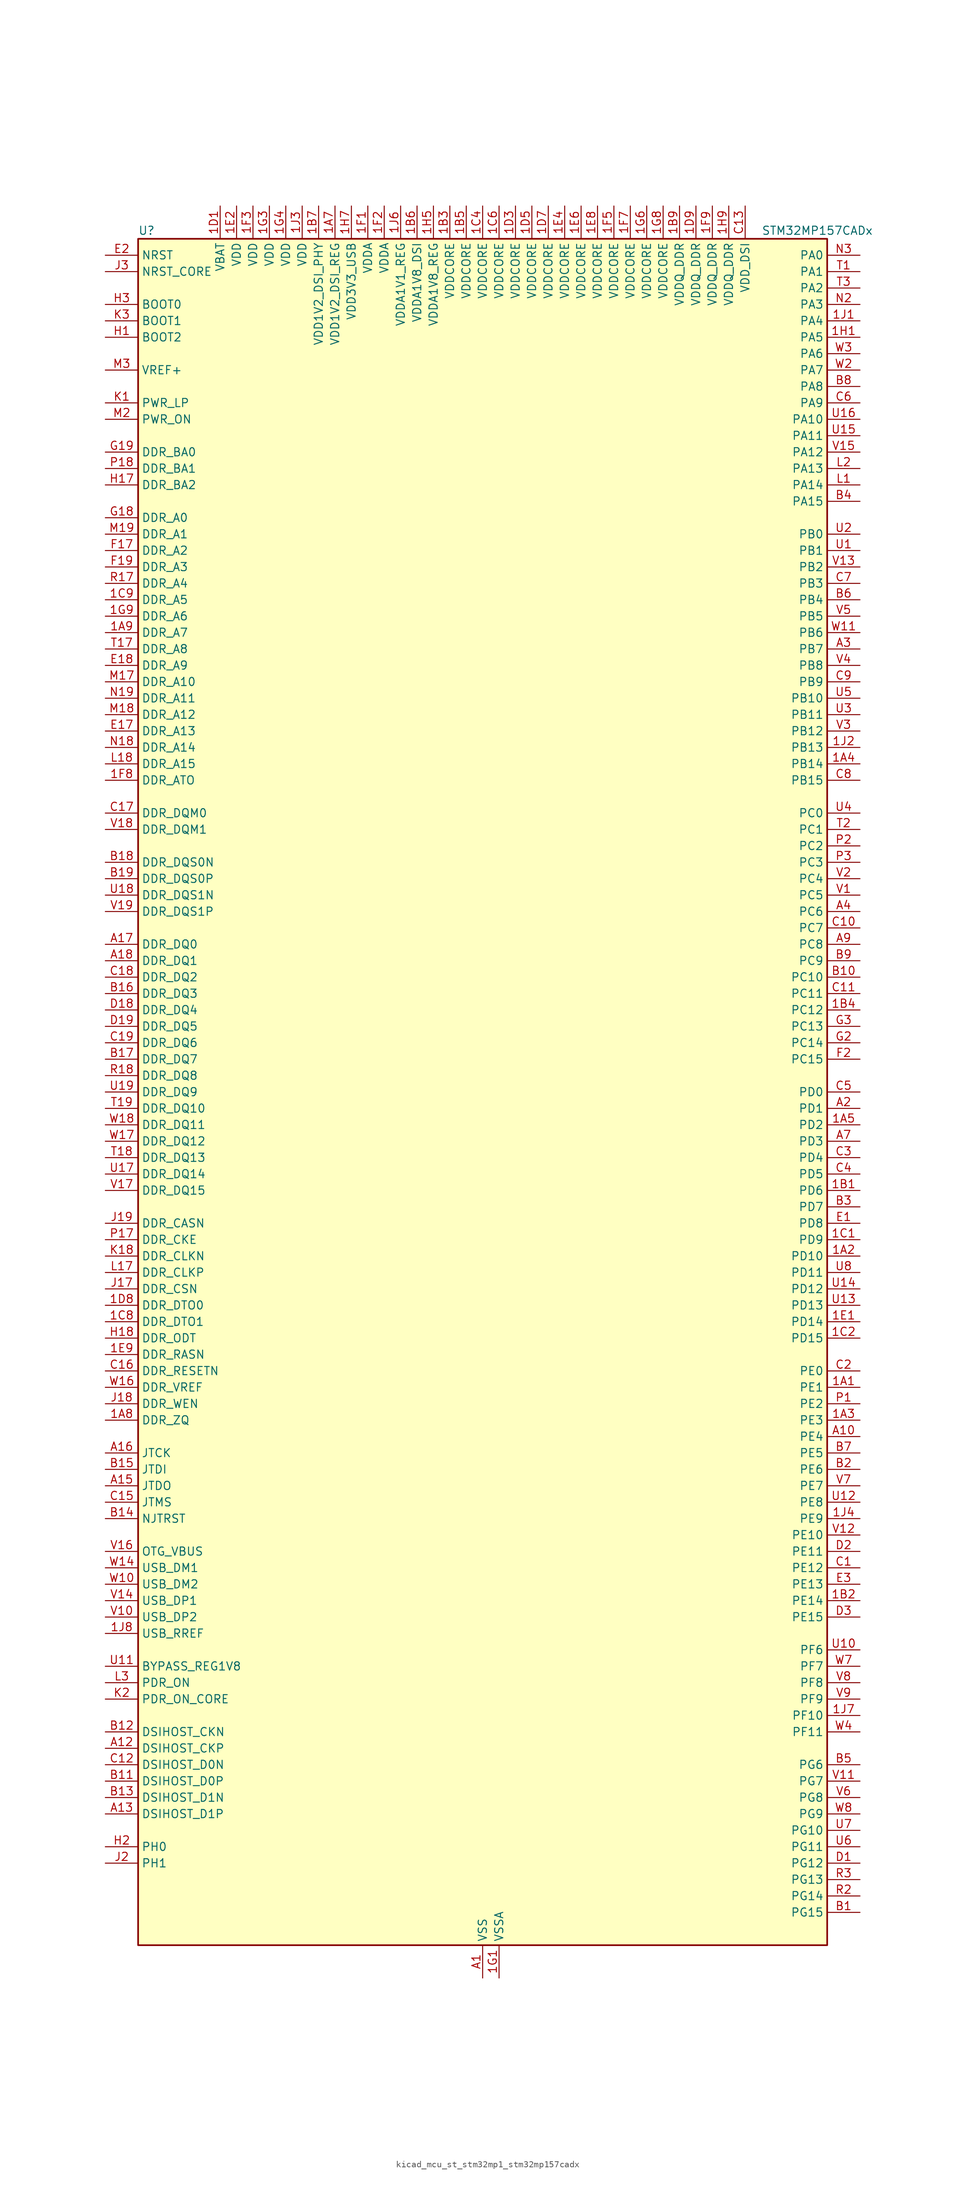
<source format=kicad_sym>
(kicad_symbol_lib
  (version 20220914)
  (generator kicad_symbol_editor)
  (symbol "kicad_mcu_st_stm32mp1_stm32mp157cadx"
    (property "Reference" "U"
      (at -53.34 133.35 0)
      (effects (font (size 1.27 1.27)) (justify left)))
    (property "Value" "STM32MP157CADx"
      (at 43.18 133.35 0)
      (effects (font (size 1.27 1.27)) (justify left)))
    (property "ki_locked" ""
      (at 0 0 0)
      (effects (font (size 1.27 1.27))))
    (symbol "kicad_mcu_st_stm32mp1_stm32mp157cadx_0_1"
      (rectangle (start -53.34 -132.08) (end 53.34 132.08) (stroke (width 0.254) (type default)) (fill (type background))))
    (symbol "kicad_mcu_st_stm32mp1_stm32mp157cadx_1_1"
      (pin bidirectional line (at 58.42 -45.72 180) (length 5.08) (name "PE1" (effects (font (size 1.27 1.27)))) (number "1A1" (effects (font (size 1.27 1.27)))) (alternate "DCMI_D3" bidirectional line) (alternate "FMC_NBL1" bidirectional line) (alternate "I2S2_MCK" bidirectional line) (alternate "LPTIM1_IN2" bidirectional line) (alternate "SAI3_SD_B" bidirectional line) (alternate "UART8_TX" bidirectional line))
      (pin bidirectional line (at 58.42 -25.4 180) (length 5.08) (name "PD10" (effects (font (size 1.27 1.27)))) (number "1A2" (effects (font (size 1.27 1.27)))) (alternate "DFSDM1_CKOUT" bidirectional line) (alternate "FMC_D15" bidirectional line) (alternate "FMC_DA15" bidirectional line) (alternate "I2C5_SMBA" bidirectional line) (alternate "I2S3_SDI" bidirectional line) (alternate "LTDC_B3" bidirectional line) (alternate "RTC_REFIN" bidirectional line) (alternate "SAI3_FS_B" bidirectional line) (alternate "SPI3_MISO" bidirectional line) (alternate "TIM16_BKIN" bidirectional line) (alternate "USART3_CK" bidirectional line))
      (pin bidirectional line (at 58.42 -50.8 180) (length 5.08) (name "PE3" (effects (font (size 1.27 1.27)))) (number "1A3" (effects (font (size 1.27 1.27)))) (alternate "DEBUG_TRACED0" bidirectional line) (alternate "FMC_A19" bidirectional line) (alternate "SAI1_SD_B" bidirectional line) (alternate "SDMMC2_CK" bidirectional line) (alternate "TIM15_BKIN" bidirectional line))
      (pin bidirectional line (at 58.42 50.8 180) (length 5.08) (name "PB14" (effects (font (size 1.27 1.27)))) (number "1A4" (effects (font (size 1.27 1.27)))) (alternate "DFSDM1_DATIN2" bidirectional line) (alternate "I2S2_SDI" bidirectional line) (alternate "SDMMC2_D0" bidirectional line) (alternate "SPI2_MISO" bidirectional line) (alternate "TIM12_CH1" bidirectional line) (alternate "TIM1_CH2N" bidirectional line) (alternate "TIM8_CH2N" bidirectional line) (alternate "USART1_TX" bidirectional line) (alternate "USART3_DE" bidirectional line) (alternate "USART3_RTS" bidirectional line))
      (pin bidirectional line (at 58.42 -5.08 180) (length 5.08) (name "PD2" (effects (font (size 1.27 1.27)))) (number "1A5" (effects (font (size 1.27 1.27)))) (alternate "DCMI_D11" bidirectional line) (alternate "I2C5_SMBA" bidirectional line) (alternate "SDMMC1_CMD" bidirectional line) (alternate "TIM3_ETR" bidirectional line) (alternate "UART4_RX" bidirectional line) (alternate "UART5_RX" bidirectional line))
      (pin passive line (at 0 -137.16 90) (length 5.08) hide (name "VSS" (effects (font (size 1.27 1.27)))) (number "1A6" (effects (font (size 1.27 1.27)))))
      (pin power_in line (at -22.86 137.16 270) (length 5.08) (name "VDD1V2_DSI_REG" (effects (font (size 1.27 1.27)))) (number "1A7" (effects (font (size 1.27 1.27)))))
      (pin bidirectional line (at -58.42 -50.8 0) (length 5.08) (name "DDR_ZQ" (effects (font (size 1.27 1.27)))) (number "1A8" (effects (font (size 1.27 1.27)))) (alternate "DDR_ZQ" bidirectional line))
      (pin bidirectional line (at -58.42 71.12 0) (length 5.08) (name "DDR_A7" (effects (font (size 1.27 1.27)))) (number "1A9" (effects (font (size 1.27 1.27)))) (alternate "DDR_A7" bidirectional line))
      (pin bidirectional line (at 58.42 -15.24 180) (length 5.08) (name "PD6" (effects (font (size 1.27 1.27)))) (number "1B1" (effects (font (size 1.27 1.27)))) (alternate "DCMI_D10" bidirectional line) (alternate "DFSDM1_CKIN4" bidirectional line) (alternate "DFSDM1_DATIN1" bidirectional line) (alternate "FMC_NWAIT" bidirectional line) (alternate "I2S3_SDO" bidirectional line) (alternate "LTDC_B2" bidirectional line) (alternate "SAI1_D1" bidirectional line) (alternate "SAI1_SD_A" bidirectional line) (alternate "SPI3_MOSI" bidirectional line) (alternate "TIM16_CH1N" bidirectional line) (alternate "USART2_RX" bidirectional line))
      (pin bidirectional line (at 58.42 -78.74 180) (length 5.08) (name "PE14" (effects (font (size 1.27 1.27)))) (number "1B2" (effects (font (size 1.27 1.27)))) (alternate "FMC_D11" bidirectional line) (alternate "FMC_DA11" bidirectional line) (alternate "LTDC_CLK" bidirectional line) (alternate "LTDC_G0" bidirectional line) (alternate "SAI2_MCLK_B" bidirectional line) (alternate "SDMMC1_D123DIR" bidirectional line) (alternate "SPI4_MOSI" bidirectional line) (alternate "TIM1_CH4" bidirectional line) (alternate "UART8_DE" bidirectional line) (alternate "UART8_RTS" bidirectional line))
      (pin power_in line (at -5.08 137.16 270) (length 5.08) (name "VDDCORE" (effects (font (size 1.27 1.27)))) (number "1B3" (effects (font (size 1.27 1.27)))))
      (pin bidirectional line (at 58.42 12.7 180) (length 5.08) (name "PC12" (effects (font (size 1.27 1.27)))) (number "1B4" (effects (font (size 1.27 1.27)))) (alternate "DCMI_D9" bidirectional line) (alternate "DEBUG_TRACECLK" bidirectional line) (alternate "I2S3_SDO" bidirectional line) (alternate "RCC_MCO_2" bidirectional line) (alternate "SAI4_D3" bidirectional line) (alternate "SAI4_SD_B" bidirectional line) (alternate "SDMMC1_CK" bidirectional line) (alternate "SPI3_MOSI" bidirectional line) (alternate "UART5_TX" bidirectional line) (alternate "USART3_CK" bidirectional line))
      (pin power_in line (at -2.54 137.16 270) (length 5.08) (name "VDDCORE" (effects (font (size 1.27 1.27)))) (number "1B5" (effects (font (size 1.27 1.27)))))
      (pin power_in line (at -10.16 137.16 270) (length 5.08) (name "VDDA1V8_DSI" (effects (font (size 1.27 1.27)))) (number "1B6" (effects (font (size 1.27 1.27)))))
      (pin power_in line (at -25.4 137.16 270) (length 5.08) (name "VDD1V2_DSI_PHY" (effects (font (size 1.27 1.27)))) (number "1B7" (effects (font (size 1.27 1.27)))))
      (pin passive line (at 0 -137.16 90) (length 5.08) hide (name "VSS" (effects (font (size 1.27 1.27)))) (number "1B8" (effects (font (size 1.27 1.27)))))
      (pin power_in line (at 30.48 137.16 270) (length 5.08) (name "VDDQ_DDR" (effects (font (size 1.27 1.27)))) (number "1B9" (effects (font (size 1.27 1.27)))))
      (pin bidirectional line (at 58.42 -22.86 180) (length 5.08) (name "PD9" (effects (font (size 1.27 1.27)))) (number "1C1" (effects (font (size 1.27 1.27)))) (alternate "DAC1_EXTI9" bidirectional line) (alternate "DCMI_HSYNC" bidirectional line) (alternate "DFSDM1_DATIN3" bidirectional line) (alternate "FMC_D14" bidirectional line) (alternate "FMC_DA14" bidirectional line) (alternate "LTDC_B0" bidirectional line) (alternate "SAI3_SD_B" bidirectional line) (alternate "USART3_RX" bidirectional line))
      (pin bidirectional line (at 58.42 -38.1 180) (length 5.08) (name "PD15" (effects (font (size 1.27 1.27)))) (number "1C2" (effects (font (size 1.27 1.27)))) (alternate "ADC1_EXTI15" bidirectional line) (alternate "ADC2_EXTI15" bidirectional line) (alternate "FMC_D1" bidirectional line) (alternate "FMC_DA1" bidirectional line) (alternate "LTDC_R1" bidirectional line) (alternate "SAI3_MCLK_A" bidirectional line) (alternate "TIM4_CH4" bidirectional line) (alternate "UART8_CTS" bidirectional line))
      (pin passive line (at 0 -137.16 90) (length 5.08) hide (name "VSS" (effects (font (size 1.27 1.27)))) (number "1C3" (effects (font (size 1.27 1.27)))))
      (pin power_in line (at 0 137.16 270) (length 5.08) (name "VDDCORE" (effects (font (size 1.27 1.27)))) (number "1C4" (effects (font (size 1.27 1.27)))))
      (pin passive line (at 0 -137.16 90) (length 5.08) hide (name "VSS" (effects (font (size 1.27 1.27)))) (number "1C5" (effects (font (size 1.27 1.27)))))
      (pin power_in line (at 2.54 137.16 270) (length 5.08) (name "VDDCORE" (effects (font (size 1.27 1.27)))) (number "1C6" (effects (font (size 1.27 1.27)))))
      (pin passive line (at 0 -137.16 90) (length 5.08) hide (name "VSS" (effects (font (size 1.27 1.27)))) (number "1C7" (effects (font (size 1.27 1.27)))))
      (pin bidirectional line (at -58.42 -35.56 0) (length 5.08) (name "DDR_DTO1" (effects (font (size 1.27 1.27)))) (number "1C8" (effects (font (size 1.27 1.27)))) (alternate "DDR_DTO1" bidirectional line))
      (pin bidirectional line (at -58.42 76.2 0) (length 5.08) (name "DDR_A5" (effects (font (size 1.27 1.27)))) (number "1C9" (effects (font (size 1.27 1.27)))) (alternate "DDR_A5" bidirectional line))
      (pin power_in line (at -40.64 137.16 270) (length 5.08) (name "VBAT" (effects (font (size 1.27 1.27)))) (number "1D1" (effects (font (size 1.27 1.27)))))
      (pin passive line (at 0 -137.16 90) (length 5.08) hide (name "VSS" (effects (font (size 1.27 1.27)))) (number "1D2" (effects (font (size 1.27 1.27)))))
      (pin power_in line (at 5.08 137.16 270) (length 5.08) (name "VDDCORE" (effects (font (size 1.27 1.27)))) (number "1D3" (effects (font (size 1.27 1.27)))))
      (pin passive line (at 0 -137.16 90) (length 5.08) hide (name "VSS" (effects (font (size 1.27 1.27)))) (number "1D4" (effects (font (size 1.27 1.27)))))
      (pin power_in line (at 7.62 137.16 270) (length 5.08) (name "VDDCORE" (effects (font (size 1.27 1.27)))) (number "1D5" (effects (font (size 1.27 1.27)))))
      (pin passive line (at 0 -137.16 90) (length 5.08) hide (name "VSS" (effects (font (size 1.27 1.27)))) (number "1D6" (effects (font (size 1.27 1.27)))))
      (pin power_in line (at 10.16 137.16 270) (length 5.08) (name "VDDCORE" (effects (font (size 1.27 1.27)))) (number "1D7" (effects (font (size 1.27 1.27)))))
      (pin bidirectional line (at -58.42 -33.02 0) (length 5.08) (name "DDR_DTO0" (effects (font (size 1.27 1.27)))) (number "1D8" (effects (font (size 1.27 1.27)))) (alternate "DDR_DTO0" bidirectional line))
      (pin power_in line (at 33.02 137.16 270) (length 5.08) (name "VDDQ_DDR" (effects (font (size 1.27 1.27)))) (number "1D9" (effects (font (size 1.27 1.27)))))
      (pin bidirectional line (at 58.42 -35.56 180) (length 5.08) (name "PD14" (effects (font (size 1.27 1.27)))) (number "1E1" (effects (font (size 1.27 1.27)))) (alternate "FMC_D0" bidirectional line) (alternate "FMC_DA0" bidirectional line) (alternate "SAI3_MCLK_B" bidirectional line) (alternate "TIM4_CH3" bidirectional line) (alternate "UART8_CTS" bidirectional line))
      (pin power_in line (at -38.1 137.16 270) (length 5.08) (name "VDD" (effects (font (size 1.27 1.27)))) (number "1E2" (effects (font (size 1.27 1.27)))))
      (pin passive line (at 0 -137.16 90) (length 5.08) hide (name "VSS" (effects (font (size 1.27 1.27)))) (number "1E3" (effects (font (size 1.27 1.27)))))
      (pin power_in line (at 12.7 137.16 270) (length 5.08) (name "VDDCORE" (effects (font (size 1.27 1.27)))) (number "1E4" (effects (font (size 1.27 1.27)))))
      (pin passive line (at 0 -137.16 90) (length 5.08) hide (name "VSS" (effects (font (size 1.27 1.27)))) (number "1E5" (effects (font (size 1.27 1.27)))))
      (pin power_in line (at 15.24 137.16 270) (length 5.08) (name "VDDCORE" (effects (font (size 1.27 1.27)))) (number "1E6" (effects (font (size 1.27 1.27)))))
      (pin passive line (at 0 -137.16 90) (length 5.08) hide (name "VSS" (effects (font (size 1.27 1.27)))) (number "1E7" (effects (font (size 1.27 1.27)))))
      (pin power_in line (at 17.78 137.16 270) (length 5.08) (name "VDDCORE" (effects (font (size 1.27 1.27)))) (number "1E8" (effects (font (size 1.27 1.27)))))
      (pin bidirectional line (at -58.42 -40.64 0) (length 5.08) (name "DDR_RASN" (effects (font (size 1.27 1.27)))) (number "1E9" (effects (font (size 1.27 1.27)))) (alternate "DDR_RASN" bidirectional line))
      (pin power_in line (at -17.78 137.16 270) (length 5.08) (name "VDDA" (effects (font (size 1.27 1.27)))) (number "1F1" (effects (font (size 1.27 1.27)))))
      (pin power_in line (at -15.24 137.16 270) (length 5.08) (name "VDDA" (effects (font (size 1.27 1.27)))) (number "1F2" (effects (font (size 1.27 1.27)))))
      (pin power_in line (at -35.56 137.16 270) (length 5.08) (name "VDD" (effects (font (size 1.27 1.27)))) (number "1F3" (effects (font (size 1.27 1.27)))))
      (pin passive line (at 0 -137.16 90) (length 5.08) hide (name "VSS" (effects (font (size 1.27 1.27)))) (number "1F4" (effects (font (size 1.27 1.27)))))
      (pin power_in line (at 20.32 137.16 270) (length 5.08) (name "VDDCORE" (effects (font (size 1.27 1.27)))) (number "1F5" (effects (font (size 1.27 1.27)))))
      (pin passive line (at 0 -137.16 90) (length 5.08) hide (name "VSS" (effects (font (size 1.27 1.27)))) (number "1F6" (effects (font (size 1.27 1.27)))))
      (pin power_in line (at 22.86 137.16 270) (length 5.08) (name "VDDCORE" (effects (font (size 1.27 1.27)))) (number "1F7" (effects (font (size 1.27 1.27)))))
      (pin bidirectional line (at -58.42 48.26 0) (length 5.08) (name "DDR_ATO" (effects (font (size 1.27 1.27)))) (number "1F8" (effects (font (size 1.27 1.27)))) (alternate "DDR_ATO" bidirectional line))
      (pin power_in line (at 35.56 137.16 270) (length 5.08) (name "VDDQ_DDR" (effects (font (size 1.27 1.27)))) (number "1F9" (effects (font (size 1.27 1.27)))))
      (pin power_in line (at 2.54 -137.16 90) (length 5.08) (name "VSSA" (effects (font (size 1.27 1.27)))) (number "1G1" (effects (font (size 1.27 1.27)))))
      (pin passive line (at 0 -137.16 90) (length 5.08) hide (name "VSS" (effects (font (size 1.27 1.27)))) (number "1G2" (effects (font (size 1.27 1.27)))))
      (pin power_in line (at -33.02 137.16 270) (length 5.08) (name "VDD" (effects (font (size 1.27 1.27)))) (number "1G3" (effects (font (size 1.27 1.27)))))
      (pin power_in line (at -30.48 137.16 270) (length 5.08) (name "VDD" (effects (font (size 1.27 1.27)))) (number "1G4" (effects (font (size 1.27 1.27)))))
      (pin passive line (at 0 -137.16 90) (length 5.08) hide (name "VSS" (effects (font (size 1.27 1.27)))) (number "1G5" (effects (font (size 1.27 1.27)))))
      (pin power_in line (at 25.4 137.16 270) (length 5.08) (name "VDDCORE" (effects (font (size 1.27 1.27)))) (number "1G6" (effects (font (size 1.27 1.27)))))
      (pin passive line (at 0 -137.16 90) (length 5.08) hide (name "VSS" (effects (font (size 1.27 1.27)))) (number "1G7" (effects (font (size 1.27 1.27)))))
      (pin power_in line (at 27.94 137.16 270) (length 5.08) (name "VDDCORE" (effects (font (size 1.27 1.27)))) (number "1G8" (effects (font (size 1.27 1.27)))))
      (pin bidirectional line (at -58.42 73.66 0) (length 5.08) (name "DDR_A6" (effects (font (size 1.27 1.27)))) (number "1G9" (effects (font (size 1.27 1.27)))) (alternate "DDR_A6" bidirectional line))
      (pin bidirectional line (at 58.42 116.84 180) (length 5.08) (name "PA5" (effects (font (size 1.27 1.27)))) (number "1H1" (effects (font (size 1.27 1.27)))) (alternate "ADC1_INN18" bidirectional line) (alternate "ADC1_INP19" bidirectional line) (alternate "ADC2_INN18" bidirectional line) (alternate "ADC2_INP19" bidirectional line) (alternate "DAC1_OUT2" bidirectional line) (alternate "I2S1_CK" bidirectional line) (alternate "LTDC_R4" bidirectional line) (alternate "SAI4_CK1" bidirectional line) (alternate "SAI4_MCLK_A" bidirectional line) (alternate "SPI1_SCK" bidirectional line) (alternate "SPI6_SCK" bidirectional line) (alternate "TIM2_CH1" bidirectional line) (alternate "TIM2_ETR" bidirectional line) (alternate "TIM8_CH1N" bidirectional line))
      (pin passive line (at 0 -137.16 90) (length 5.08) hide (name "VSS" (effects (font (size 1.27 1.27)))) (number "1H2" (effects (font (size 1.27 1.27)))))
      (pin passive line (at 0 -137.16 90) (length 5.08) hide (name "VSS" (effects (font (size 1.27 1.27)))) (number "1H3" (effects (font (size 1.27 1.27)))))
      (pin passive line (at 0 -137.16 90) (length 5.08) hide (name "VSS" (effects (font (size 1.27 1.27)))) (number "1H4" (effects (font (size 1.27 1.27)))))
      (pin power_in line (at -7.62 137.16 270) (length 5.08) (name "VDDA1V8_REG" (effects (font (size 1.27 1.27)))) (number "1H5" (effects (font (size 1.27 1.27)))))
      (pin passive line (at 0 -137.16 90) (length 5.08) hide (name "VSS" (effects (font (size 1.27 1.27)))) (number "1H6" (effects (font (size 1.27 1.27)))))
      (pin power_in line (at -20.32 137.16 270) (length 5.08) (name "VDD3V3_USB" (effects (font (size 1.27 1.27)))) (number "1H7" (effects (font (size 1.27 1.27)))))
      (pin passive line (at 0 -137.16 90) (length 5.08) hide (name "VSS" (effects (font (size 1.27 1.27)))) (number "1H8" (effects (font (size 1.27 1.27)))))
      (pin power_in line (at 38.1 137.16 270) (length 5.08) (name "VDDQ_DDR" (effects (font (size 1.27 1.27)))) (number "1H9" (effects (font (size 1.27 1.27)))))
      (pin bidirectional line (at 58.42 119.38 180) (length 5.08) (name "PA4" (effects (font (size 1.27 1.27)))) (number "1J1" (effects (font (size 1.27 1.27)))) (alternate "ADC1_INP18" bidirectional line) (alternate "ADC2_INP18" bidirectional line) (alternate "DAC1_OUT1" bidirectional line) (alternate "DCMI_HSYNC" bidirectional line) (alternate "HDP_HDP0" bidirectional line) (alternate "I2S1_WS" bidirectional line) (alternate "I2S3_WS" bidirectional line) (alternate "LTDC_VSYNC" bidirectional line) (alternate "SAI4_D2" bidirectional line) (alternate "SAI4_FS_A" bidirectional line) (alternate "SPI1_NSS" bidirectional line) (alternate "SPI3_NSS" bidirectional line) (alternate "SPI6_NSS" bidirectional line) (alternate "TIM5_ETR" bidirectional line) (alternate "USART2_CK" bidirectional line))
      (pin bidirectional line (at 58.42 53.34 180) (length 5.08) (name "PB13" (effects (font (size 1.27 1.27)))) (number "1J2" (effects (font (size 1.27 1.27)))) (alternate "DFSDM1_CKIN1" bidirectional line) (alternate "DFSDM1_CKOUT" bidirectional line) (alternate "ETH1_TXD1" bidirectional line) (alternate "FDCAN2_TX" bidirectional line) (alternate "I2S2_CK" bidirectional line) (alternate "LPTIM2_OUT" bidirectional line) (alternate "SPI2_SCK" bidirectional line) (alternate "TIM1_CH1N" bidirectional line) (alternate "UART5_TX" bidirectional line) (alternate "USART3_CTS" bidirectional line) (alternate "USART3_NSS" bidirectional line))
      (pin power_in line (at -27.94 137.16 270) (length 5.08) (name "VDD" (effects (font (size 1.27 1.27)))) (number "1J3" (effects (font (size 1.27 1.27)))))
      (pin bidirectional line (at 58.42 -66.04 180) (length 5.08) (name "PE9" (effects (font (size 1.27 1.27)))) (number "1J4" (effects (font (size 1.27 1.27)))) (alternate "DAC1_EXTI9" bidirectional line) (alternate "DFSDM1_CKOUT" bidirectional line) (alternate "FMC_D6" bidirectional line) (alternate "FMC_DA6" bidirectional line) (alternate "QUADSPI_BK2_IO2" bidirectional line) (alternate "TIM1_CH1" bidirectional line) (alternate "UART7_DE" bidirectional line) (alternate "UART7_RTS" bidirectional line))
      (pin passive line (at 0 -137.16 90) (length 5.08) hide (name "VSS" (effects (font (size 1.27 1.27)))) (number "1J5" (effects (font (size 1.27 1.27)))))
      (pin power_in line (at -12.7 137.16 270) (length 5.08) (name "VDDA1V1_REG" (effects (font (size 1.27 1.27)))) (number "1J6" (effects (font (size 1.27 1.27)))))
      (pin bidirectional line (at 58.42 -96.52 180) (length 5.08) (name "PF10" (effects (font (size 1.27 1.27)))) (number "1J7" (effects (font (size 1.27 1.27)))) (alternate "DCMI_D11" bidirectional line) (alternate "LTDC_DE" bidirectional line) (alternate "QUADSPI_CLK" bidirectional line) (alternate "SAI1_D3" bidirectional line) (alternate "SAI1_D4" bidirectional line) (alternate "SAI4_D3" bidirectional line) (alternate "SAI4_D4" bidirectional line) (alternate "TIM16_BKIN" bidirectional line))
      (pin bidirectional line (at -58.42 -83.82 0) (length 5.08) (name "USB_RREF" (effects (font (size 1.27 1.27)))) (number "1J8" (effects (font (size 1.27 1.27)))))
      (pin passive line (at 0 -137.16 90) (length 5.08) hide (name "VSS" (effects (font (size 1.27 1.27)))) (number "1J9" (effects (font (size 1.27 1.27)))))
      (pin power_in line (at 0 -137.16 90) (length 5.08) (name "VSS" (effects (font (size 1.27 1.27)))) (number "A1" (effects (font (size 1.27 1.27)))))
      (pin bidirectional line (at 58.42 -53.34 180) (length 5.08) (name "PE4" (effects (font (size 1.27 1.27)))) (number "A10" (effects (font (size 1.27 1.27)))) (alternate "DCMI_D4" bidirectional line) (alternate "DEBUG_TRACED1" bidirectional line) (alternate "DFSDM1_DATIN3" bidirectional line) (alternate "FMC_A20" bidirectional line) (alternate "LTDC_B0" bidirectional line) (alternate "SAI1_D2" bidirectional line) (alternate "SAI1_FS_A" bidirectional line) (alternate "SDMMC1_CKIN" bidirectional line) (alternate "SDMMC1_D4" bidirectional line) (alternate "SDMMC2_CKIN" bidirectional line) (alternate "SDMMC2_D4" bidirectional line) (alternate "SPI4_NSS" bidirectional line) (alternate "TIM15_CH1N" bidirectional line))
      (pin bidirectional line (at -58.42 -101.6 0) (length 5.08) (name "DSIHOST_CKP" (effects (font (size 1.27 1.27)))) (number "A12" (effects (font (size 1.27 1.27)))) (alternate "DSIHOST_CKP" bidirectional line))
      (pin bidirectional line (at -58.42 -111.76 0) (length 5.08) (name "DSIHOST_D1P" (effects (font (size 1.27 1.27)))) (number "A13" (effects (font (size 1.27 1.27)))) (alternate "DSIHOST_D1P" bidirectional line))
      (pin bidirectional line (at -58.42 -60.96 0) (length 5.08) (name "JTDO" (effects (font (size 1.27 1.27)))) (number "A15" (effects (font (size 1.27 1.27)))) (alternate "DEBUG_JTDO-SWO" bidirectional line))
      (pin bidirectional line (at -58.42 -55.88 0) (length 5.08) (name "JTCK" (effects (font (size 1.27 1.27)))) (number "A16" (effects (font (size 1.27 1.27)))) (alternate "DEBUG_JTCK-SWCLK" bidirectional line))
      (pin bidirectional line (at -58.42 22.86 0) (length 5.08) (name "DDR_DQ0" (effects (font (size 1.27 1.27)))) (number "A17" (effects (font (size 1.27 1.27)))) (alternate "DDR_DQ0" bidirectional line))
      (pin bidirectional line (at -58.42 20.32 0) (length 5.08) (name "DDR_DQ1" (effects (font (size 1.27 1.27)))) (number "A18" (effects (font (size 1.27 1.27)))) (alternate "DDR_DQ1" bidirectional line))
      (pin passive line (at 0 -137.16 90) (length 5.08) hide (name "VSS" (effects (font (size 1.27 1.27)))) (number "A19" (effects (font (size 1.27 1.27)))))
      (pin bidirectional line (at 58.42 -2.54 180) (length 5.08) (name "PD1" (effects (font (size 1.27 1.27)))) (number "A2" (effects (font (size 1.27 1.27)))) (alternate "DFSDM1_CKIN7" bidirectional line) (alternate "DFSDM1_DATIN6" bidirectional line) (alternate "FDCAN1_TX" bidirectional line) (alternate "FMC_D3" bidirectional line) (alternate "FMC_DA3" bidirectional line) (alternate "I2C5_SCL" bidirectional line) (alternate "I2C6_SCL" bidirectional line) (alternate "SAI3_SD_A" bidirectional line) (alternate "SDMMC3_D0" bidirectional line) (alternate "UART4_TX" bidirectional line))
      (pin bidirectional line (at 58.42 68.58 180) (length 5.08) (name "PB7" (effects (font (size 1.27 1.27)))) (number "A3" (effects (font (size 1.27 1.27)))) (alternate "DCMI_VSYNC" bidirectional line) (alternate "DFSDM1_CKIN5" bidirectional line) (alternate "FMC_NL" bidirectional line) (alternate "I2C1_SDA" bidirectional line) (alternate "I2C4_SDA" bidirectional line) (alternate "SDMMC2_D1" bidirectional line) (alternate "TIM17_CH1N" bidirectional line) (alternate "TIM4_CH2" bidirectional line) (alternate "USART1_RX" bidirectional line))
      (pin bidirectional line (at 58.42 27.94 180) (length 5.08) (name "PC6" (effects (font (size 1.27 1.27)))) (number "A4" (effects (font (size 1.27 1.27)))) (alternate "DCMI_D0" bidirectional line) (alternate "DFSDM1_CKIN3" bidirectional line) (alternate "DSIHOST_TE" bidirectional line) (alternate "HDP_HDP1" bidirectional line) (alternate "I2S2_MCK" bidirectional line) (alternate "LTDC_HSYNC" bidirectional line) (alternate "SDMMC1_D0DIR" bidirectional line) (alternate "SDMMC1_D6" bidirectional line) (alternate "SDMMC2_D0DIR" bidirectional line) (alternate "SDMMC2_D6" bidirectional line) (alternate "TIM3_CH1" bidirectional line) (alternate "TIM8_CH1" bidirectional line) (alternate "USART6_TX" bidirectional line))
      (pin passive line (at 0 -137.16 90) (length 5.08) hide (name "VSS" (effects (font (size 1.27 1.27)))) (number "A6" (effects (font (size 1.27 1.27)))))
      (pin bidirectional line (at 58.42 -7.62 180) (length 5.08) (name "PD3" (effects (font (size 1.27 1.27)))) (number "A7" (effects (font (size 1.27 1.27)))) (alternate "DCMI_D5" bidirectional line) (alternate "DFSDM1_CKOUT" bidirectional line) (alternate "DFSDM1_DATIN0" bidirectional line) (alternate "FMC_CLK" bidirectional line) (alternate "HDP_HDP5" bidirectional line) (alternate "I2S2_CK" bidirectional line) (alternate "LTDC_G7" bidirectional line) (alternate "SDMMC1_D123DIR" bidirectional line) (alternate "SDMMC1_D7" bidirectional line) (alternate "SDMMC2_D123DIR" bidirectional line) (alternate "SDMMC2_D7" bidirectional line) (alternate "SPI2_SCK" bidirectional line) (alternate "USART2_CTS" bidirectional line) (alternate "USART2_NSS" bidirectional line))
      (pin bidirectional line (at 58.42 22.86 180) (length 5.08) (name "PC8" (effects (font (size 1.27 1.27)))) (number "A9" (effects (font (size 1.27 1.27)))) (alternate "DCMI_D2" bidirectional line) (alternate "DEBUG_TRACED0" bidirectional line) (alternate "SDMMC1_D0" bidirectional line) (alternate "TIM3_CH3" bidirectional line) (alternate "TIM8_CH3" bidirectional line) (alternate "UART4_TX" bidirectional line) (alternate "UART5_DE" bidirectional line) (alternate "UART5_RTS" bidirectional line) (alternate "USART6_CK" bidirectional line))
      (pin bidirectional line (at 58.42 -127 180) (length 5.08) (name "PG15" (effects (font (size 1.27 1.27)))) (number "B1" (effects (font (size 1.27 1.27)))) (alternate "ADC1_EXTI15" bidirectional line) (alternate "ADC2_EXTI15" bidirectional line) (alternate "DCMI_D13" bidirectional line) (alternate "DEBUG_TRACED7" bidirectional line) (alternate "I2C2_SDA" bidirectional line) (alternate "SAI1_D2" bidirectional line) (alternate "SAI1_FS_A" bidirectional line) (alternate "SDMMC3_CK" bidirectional line) (alternate "USART6_CTS" bidirectional line) (alternate "USART6_NSS" bidirectional line))
      (pin bidirectional line (at 58.42 17.78 180) (length 5.08) (name "PC10" (effects (font (size 1.27 1.27)))) (number "B10" (effects (font (size 1.27 1.27)))) (alternate "DCMI_D8" bidirectional line) (alternate "DEBUG_TRACED2" bidirectional line) (alternate "DFSDM1_CKIN5" bidirectional line) (alternate "I2S3_CK" bidirectional line) (alternate "LTDC_R2" bidirectional line) (alternate "QUADSPI_BK1_IO1" bidirectional line) (alternate "SAI4_MCLK_B" bidirectional line) (alternate "SDMMC1_D2" bidirectional line) (alternate "SPI3_SCK" bidirectional line) (alternate "UART4_TX" bidirectional line) (alternate "USART3_TX" bidirectional line))
      (pin bidirectional line (at -58.42 -106.68 0) (length 5.08) (name "DSIHOST_D0P" (effects (font (size 1.27 1.27)))) (number "B11" (effects (font (size 1.27 1.27)))) (alternate "DSIHOST_D0P" bidirectional line))
      (pin bidirectional line (at -58.42 -99.06 0) (length 5.08) (name "DSIHOST_CKN" (effects (font (size 1.27 1.27)))) (number "B12" (effects (font (size 1.27 1.27)))) (alternate "DSIHOST_CKN" bidirectional line))
      (pin bidirectional line (at -58.42 -109.22 0) (length 5.08) (name "DSIHOST_D1N" (effects (font (size 1.27 1.27)))) (number "B13" (effects (font (size 1.27 1.27)))) (alternate "DSIHOST_D1N" bidirectional line))
      (pin bidirectional line (at -58.42 -66.04 0) (length 5.08) (name "NJTRST" (effects (font (size 1.27 1.27)))) (number "B14" (effects (font (size 1.27 1.27)))) (alternate "DEBUG_JTRST" bidirectional line))
      (pin bidirectional line (at -58.42 -58.42 0) (length 5.08) (name "JTDI" (effects (font (size 1.27 1.27)))) (number "B15" (effects (font (size 1.27 1.27)))) (alternate "DEBUG_JTDI" bidirectional line))
      (pin bidirectional line (at -58.42 15.24 0) (length 5.08) (name "DDR_DQ3" (effects (font (size 1.27 1.27)))) (number "B16" (effects (font (size 1.27 1.27)))) (alternate "DDR_DQ3" bidirectional line))
      (pin bidirectional line (at -58.42 5.08 0) (length 5.08) (name "DDR_DQ7" (effects (font (size 1.27 1.27)))) (number "B17" (effects (font (size 1.27 1.27)))) (alternate "DDR_DQ7" bidirectional line))
      (pin bidirectional line (at -58.42 35.56 0) (length 5.08) (name "DDR_DQS0N" (effects (font (size 1.27 1.27)))) (number "B18" (effects (font (size 1.27 1.27)))) (alternate "DDR_DQS0N" bidirectional line))
      (pin bidirectional line (at -58.42 33.02 0) (length 5.08) (name "DDR_DQS0P" (effects (font (size 1.27 1.27)))) (number "B19" (effects (font (size 1.27 1.27)))) (alternate "DDR_DQS0P" bidirectional line))
      (pin bidirectional line (at 58.42 -58.42 180) (length 5.08) (name "PE6" (effects (font (size 1.27 1.27)))) (number "B2" (effects (font (size 1.27 1.27)))) (alternate "DCMI_D7" bidirectional line) (alternate "DEBUG_TRACED2" bidirectional line) (alternate "FMC_A22" bidirectional line) (alternate "LTDC_G1" bidirectional line) (alternate "SAI1_D1" bidirectional line) (alternate "SAI1_SD_A" bidirectional line) (alternate "SAI2_MCLK_B" bidirectional line) (alternate "SDMMC1_D2" bidirectional line) (alternate "SDMMC2_D0" bidirectional line) (alternate "SPI4_MOSI" bidirectional line) (alternate "TIM15_CH2" bidirectional line) (alternate "TIM1_BKIN2" bidirectional line))
      (pin bidirectional line (at 58.42 -17.78 180) (length 5.08) (name "PD7" (effects (font (size 1.27 1.27)))) (number "B3" (effects (font (size 1.27 1.27)))) (alternate "DEBUG_TRACED6" bidirectional line) (alternate "DFSDM1_CKIN1" bidirectional line) (alternate "DFSDM1_DATIN4" bidirectional line) (alternate "FMC_NE1" bidirectional line) (alternate "I2C2_SCL" bidirectional line) (alternate "SDMMC3_D3" bidirectional line) (alternate "SPDIFRX_IN0" bidirectional line) (alternate "USART2_CK" bidirectional line))
      (pin bidirectional line (at 58.42 91.44 180) (length 5.08) (name "PA15" (effects (font (size 1.27 1.27)))) (number "B4" (effects (font (size 1.27 1.27)))) (alternate "ADC1_EXTI15" bidirectional line) (alternate "ADC2_EXTI15" bidirectional line) (alternate "CEC" bidirectional line) (alternate "DEBUG_DBTRGI" bidirectional line) (alternate "I2S1_WS" bidirectional line) (alternate "I2S3_WS" bidirectional line) (alternate "LTDC_R1" bidirectional line) (alternate "SAI4_D2" bidirectional line) (alternate "SAI4_FS_A" bidirectional line) (alternate "SDMMC1_CDIR" bidirectional line) (alternate "SDMMC1_D5" bidirectional line) (alternate "SDMMC2_CDIR" bidirectional line) (alternate "SDMMC2_D5" bidirectional line) (alternate "SPI1_NSS" bidirectional line) (alternate "SPI3_NSS" bidirectional line) (alternate "SPI6_NSS" bidirectional line) (alternate "TIM2_CH1" bidirectional line) (alternate "TIM2_ETR" bidirectional line) (alternate "UART4_DE" bidirectional line) (alternate "UART4_RTS" bidirectional line) (alternate "UART7_TX" bidirectional line))
      (pin bidirectional line (at 58.42 -104.14 180) (length 5.08) (name "PG6" (effects (font (size 1.27 1.27)))) (number "B5" (effects (font (size 1.27 1.27)))) (alternate "DCMI_D12" bidirectional line) (alternate "DEBUG_TRACED14" bidirectional line) (alternate "LTDC_R7" bidirectional line) (alternate "SDMMC2_CMD" bidirectional line) (alternate "TIM17_BKIN" bidirectional line))
      (pin bidirectional line (at 58.42 76.2 180) (length 5.08) (name "PB4" (effects (font (size 1.27 1.27)))) (number "B6" (effects (font (size 1.27 1.27)))) (alternate "DEBUG_TRACED8" bidirectional line) (alternate "I2S1_SDI" bidirectional line) (alternate "I2S2_WS" bidirectional line) (alternate "I2S3_SDI" bidirectional line) (alternate "SAI4_CK2" bidirectional line) (alternate "SAI4_SCK_A" bidirectional line) (alternate "SDMMC2_D3" bidirectional line) (alternate "SPI1_MISO" bidirectional line) (alternate "SPI2_NSS" bidirectional line) (alternate "SPI3_MISO" bidirectional line) (alternate "SPI6_MISO" bidirectional line) (alternate "TIM16_BKIN" bidirectional line) (alternate "TIM3_CH1" bidirectional line) (alternate "UART7_TX" bidirectional line))
      (pin bidirectional line (at 58.42 -55.88 180) (length 5.08) (name "PE5" (effects (font (size 1.27 1.27)))) (number "B7" (effects (font (size 1.27 1.27)))) (alternate "DCMI_D6" bidirectional line) (alternate "DEBUG_TRACED3" bidirectional line) (alternate "DFSDM1_CKIN3" bidirectional line) (alternate "FMC_A21" bidirectional line) (alternate "LTDC_G0" bidirectional line) (alternate "SAI1_CK2" bidirectional line) (alternate "SAI1_SCK_A" bidirectional line) (alternate "SDMMC1_D0DIR" bidirectional line) (alternate "SDMMC1_D6" bidirectional line) (alternate "SDMMC2_D0DIR" bidirectional line) (alternate "SDMMC2_D6" bidirectional line) (alternate "SPI4_MISO" bidirectional line) (alternate "TIM15_CH1" bidirectional line))
      (pin bidirectional line (at 58.42 109.22 180) (length 5.08) (name "PA8" (effects (font (size 1.27 1.27)))) (number "B8" (effects (font (size 1.27 1.27)))) (alternate "I2C3_SCL" bidirectional line) (alternate "I2S3_SDO" bidirectional line) (alternate "LTDC_R6" bidirectional line) (alternate "RCC_MCO_1" bidirectional line) (alternate "SAI4_SD_B" bidirectional line) (alternate "SDMMC2_CKIN" bidirectional line) (alternate "SDMMC2_D4" bidirectional line) (alternate "SPI3_MOSI" bidirectional line) (alternate "TIM1_CH1" bidirectional line) (alternate "TIM8_BKIN2" bidirectional line) (alternate "UART7_RX" bidirectional line) (alternate "USART1_CK" bidirectional line) (alternate "USB_OTG_HS_SOF" bidirectional line))
      (pin bidirectional line (at 58.42 20.32 180) (length 5.08) (name "PC9" (effects (font (size 1.27 1.27)))) (number "B9" (effects (font (size 1.27 1.27)))) (alternate "DAC1_EXTI9" bidirectional line) (alternate "DCMI_D3" bidirectional line) (alternate "DEBUG_TRACED1" bidirectional line) (alternate "I2C3_SDA" bidirectional line) (alternate "I2S_CKIN" bidirectional line) (alternate "LTDC_B2" bidirectional line) (alternate "QUADSPI_BK1_IO0" bidirectional line) (alternate "SDMMC1_D1" bidirectional line) (alternate "TIM3_CH4" bidirectional line) (alternate "TIM8_CH4" bidirectional line) (alternate "UART5_CTS" bidirectional line))
      (pin bidirectional line (at 58.42 -73.66 180) (length 5.08) (name "PE12" (effects (font (size 1.27 1.27)))) (number "C1" (effects (font (size 1.27 1.27)))) (alternate "DFSDM1_DATIN5" bidirectional line) (alternate "FMC_D9" bidirectional line) (alternate "FMC_DA9" bidirectional line) (alternate "LTDC_B4" bidirectional line) (alternate "SAI2_SCK_B" bidirectional line) (alternate "SDMMC1_D0DIR" bidirectional line) (alternate "SPI4_SCK" bidirectional line) (alternate "TIM1_CH3N" bidirectional line))
      (pin bidirectional line (at 58.42 25.4 180) (length 5.08) (name "PC7" (effects (font (size 1.27 1.27)))) (number "C10" (effects (font (size 1.27 1.27)))) (alternate "DCMI_D1" bidirectional line) (alternate "DFSDM1_DATIN3" bidirectional line) (alternate "HDP_HDP4" bidirectional line) (alternate "I2S3_MCK" bidirectional line) (alternate "LTDC_G6" bidirectional line) (alternate "SDMMC1_D123DIR" bidirectional line) (alternate "SDMMC1_D7" bidirectional line) (alternate "SDMMC2_D123DIR" bidirectional line) (alternate "SDMMC2_D7" bidirectional line) (alternate "TIM3_CH2" bidirectional line) (alternate "TIM8_CH2" bidirectional line) (alternate "USART6_RX" bidirectional line))
      (pin bidirectional line (at 58.42 15.24 180) (length 5.08) (name "PC11" (effects (font (size 1.27 1.27)))) (number "C11" (effects (font (size 1.27 1.27)))) (alternate "ADC1_EXTI11" bidirectional line) (alternate "ADC2_EXTI11" bidirectional line) (alternate "DCMI_D4" bidirectional line) (alternate "DEBUG_TRACED3" bidirectional line) (alternate "DFSDM1_DATIN5" bidirectional line) (alternate "I2S3_SDI" bidirectional line) (alternate "QUADSPI_BK2_NCS" bidirectional line) (alternate "SAI4_SCK_B" bidirectional line) (alternate "SDMMC1_D3" bidirectional line) (alternate "SPI3_MISO" bidirectional line) (alternate "UART4_RX" bidirectional line) (alternate "USART3_RX" bidirectional line))
      (pin bidirectional line (at -58.42 -104.14 0) (length 5.08) (name "DSIHOST_D0N" (effects (font (size 1.27 1.27)))) (number "C12" (effects (font (size 1.27 1.27)))) (alternate "DSIHOST_D0N" bidirectional line))
      (pin power_in line (at 40.64 137.16 270) (length 5.08) (name "VDD_DSI" (effects (font (size 1.27 1.27)))) (number "C13" (effects (font (size 1.27 1.27)))))
      (pin passive line (at 0 -137.16 90) (length 5.08) hide (name "VSS" (effects (font (size 1.27 1.27)))) (number "C14" (effects (font (size 1.27 1.27)))))
      (pin bidirectional line (at -58.42 -63.5 0) (length 5.08) (name "JTMS" (effects (font (size 1.27 1.27)))) (number "C15" (effects (font (size 1.27 1.27)))) (alternate "DEBUG_JTMS-SWDIO" bidirectional line))
      (pin bidirectional line (at -58.42 -43.18 0) (length 5.08) (name "DDR_RESETN" (effects (font (size 1.27 1.27)))) (number "C16" (effects (font (size 1.27 1.27)))) (alternate "DDR_RESETN" bidirectional line))
      (pin bidirectional line (at -58.42 43.18 0) (length 5.08) (name "DDR_DQM0" (effects (font (size 1.27 1.27)))) (number "C17" (effects (font (size 1.27 1.27)))) (alternate "DDR_DQM0" bidirectional line))
      (pin bidirectional line (at -58.42 17.78 0) (length 5.08) (name "DDR_DQ2" (effects (font (size 1.27 1.27)))) (number "C18" (effects (font (size 1.27 1.27)))) (alternate "DDR_DQ2" bidirectional line))
      (pin bidirectional line (at -58.42 7.62 0) (length 5.08) (name "DDR_DQ6" (effects (font (size 1.27 1.27)))) (number "C19" (effects (font (size 1.27 1.27)))) (alternate "DDR_DQ6" bidirectional line))
      (pin bidirectional line (at 58.42 -43.18 180) (length 5.08) (name "PE0" (effects (font (size 1.27 1.27)))) (number "C2" (effects (font (size 1.27 1.27)))) (alternate "DCMI_D2" bidirectional line) (alternate "FMC_NBL0" bidirectional line) (alternate "I2S3_CK" bidirectional line) (alternate "LPTIM1_ETR" bidirectional line) (alternate "LPTIM2_ETR" bidirectional line) (alternate "SAI2_MCLK_A" bidirectional line) (alternate "SAI4_MCLK_B" bidirectional line) (alternate "SPI3_SCK" bidirectional line) (alternate "TIM4_ETR" bidirectional line) (alternate "UART8_RX" bidirectional line))
      (pin bidirectional line (at 58.42 -10.16 180) (length 5.08) (name "PD4" (effects (font (size 1.27 1.27)))) (number "C3" (effects (font (size 1.27 1.27)))) (alternate "DFSDM1_CKIN0" bidirectional line) (alternate "FMC_NOE" bidirectional line) (alternate "SAI3_FS_A" bidirectional line) (alternate "SDMMC3_D1" bidirectional line) (alternate "USART2_DE" bidirectional line) (alternate "USART2_RTS" bidirectional line))
      (pin bidirectional line (at 58.42 -12.7 180) (length 5.08) (name "PD5" (effects (font (size 1.27 1.27)))) (number "C4" (effects (font (size 1.27 1.27)))) (alternate "FMC_NWE" bidirectional line) (alternate "SDMMC3_D2" bidirectional line) (alternate "USART2_TX" bidirectional line))
      (pin bidirectional line (at 58.42 0 180) (length 5.08) (name "PD0" (effects (font (size 1.27 1.27)))) (number "C5" (effects (font (size 1.27 1.27)))) (alternate "DFSDM1_CKIN6" bidirectional line) (alternate "DFSDM1_DATIN7" bidirectional line) (alternate "FDCAN1_RX" bidirectional line) (alternate "FMC_D2" bidirectional line) (alternate "FMC_DA2" bidirectional line) (alternate "I2C5_SDA" bidirectional line) (alternate "I2C6_SDA" bidirectional line) (alternate "SAI3_SCK_A" bidirectional line) (alternate "SDMMC3_CMD" bidirectional line) (alternate "UART4_RX" bidirectional line))
      (pin bidirectional line (at 58.42 106.68 180) (length 5.08) (name "PA9" (effects (font (size 1.27 1.27)))) (number "C6" (effects (font (size 1.27 1.27)))) (alternate "DAC1_EXTI9" bidirectional line) (alternate "DCMI_D0" bidirectional line) (alternate "I2C3_SMBA" bidirectional line) (alternate "I2S2_CK" bidirectional line) (alternate "LTDC_R5" bidirectional line) (alternate "SDMMC2_CDIR" bidirectional line) (alternate "SDMMC2_D5" bidirectional line) (alternate "SPI2_SCK" bidirectional line) (alternate "TIM1_CH2" bidirectional line) (alternate "USART1_TX" bidirectional line))
      (pin bidirectional line (at 58.42 78.74 180) (length 5.08) (name "PB3" (effects (font (size 1.27 1.27)))) (number "C7" (effects (font (size 1.27 1.27)))) (alternate "DEBUG_TRACED9" bidirectional line) (alternate "I2S1_CK" bidirectional line) (alternate "I2S3_CK" bidirectional line) (alternate "SAI4_CK1" bidirectional line) (alternate "SAI4_MCLK_A" bidirectional line) (alternate "SDMMC2_D2" bidirectional line) (alternate "SPI1_SCK" bidirectional line) (alternate "SPI3_SCK" bidirectional line) (alternate "SPI6_SCK" bidirectional line) (alternate "TIM2_CH2" bidirectional line) (alternate "UART7_RX" bidirectional line))
      (pin bidirectional line (at 58.42 48.26 180) (length 5.08) (name "PB15" (effects (font (size 1.27 1.27)))) (number "C8" (effects (font (size 1.27 1.27)))) (alternate "ADC1_EXTI15" bidirectional line) (alternate "ADC2_EXTI15" bidirectional line) (alternate "DFSDM1_CKIN2" bidirectional line) (alternate "I2S2_SDO" bidirectional line) (alternate "RTC_REFIN" bidirectional line) (alternate "SDMMC2_D1" bidirectional line) (alternate "SPI2_MOSI" bidirectional line) (alternate "TIM12_CH2" bidirectional line) (alternate "TIM1_CH3N" bidirectional line) (alternate "TIM8_CH3N" bidirectional line) (alternate "USART1_RX" bidirectional line))
      (pin bidirectional line (at 58.42 63.5 180) (length 5.08) (name "PB9" (effects (font (size 1.27 1.27)))) (number "C9" (effects (font (size 1.27 1.27)))) (alternate "DAC1_EXTI9" bidirectional line) (alternate "DCMI_D7" bidirectional line) (alternate "DFSDM1_DATIN7" bidirectional line) (alternate "FDCAN1_TX" bidirectional line) (alternate "HDP_HDP7" bidirectional line) (alternate "I2C1_SDA" bidirectional line) (alternate "I2C4_SDA" bidirectional line) (alternate "I2S2_WS" bidirectional line) (alternate "LTDC_B7" bidirectional line) (alternate "SDMMC1_CDIR" bidirectional line) (alternate "SDMMC1_D5" bidirectional line) (alternate "SDMMC2_CDIR" bidirectional line) (alternate "SDMMC2_D5" bidirectional line) (alternate "SPI2_NSS" bidirectional line) (alternate "TIM17_CH1" bidirectional line) (alternate "TIM4_CH4" bidirectional line) (alternate "UART4_TX" bidirectional line))
      (pin bidirectional line (at 58.42 -119.38 180) (length 5.08) (name "PG12" (effects (font (size 1.27 1.27)))) (number "D1" (effects (font (size 1.27 1.27)))) (alternate "ETH1_PHY_INTN" bidirectional line) (alternate "FMC_NE4" bidirectional line) (alternate "LPTIM1_IN1" bidirectional line) (alternate "LTDC_B1" bidirectional line) (alternate "LTDC_B4" bidirectional line) (alternate "SAI4_CK2" bidirectional line) (alternate "SAI4_SCK_A" bidirectional line) (alternate "SPDIFRX_IN1" bidirectional line) (alternate "SPI6_MISO" bidirectional line) (alternate "USART6_DE" bidirectional line) (alternate "USART6_RTS" bidirectional line))
      (pin passive line (at 0 -137.16 90) (length 5.08) hide (name "VSS" (effects (font (size 1.27 1.27)))) (number "D17" (effects (font (size 1.27 1.27)))))
      (pin bidirectional line (at -58.42 12.7 0) (length 5.08) (name "DDR_DQ4" (effects (font (size 1.27 1.27)))) (number "D18" (effects (font (size 1.27 1.27)))) (alternate "DDR_DQ4" bidirectional line))
      (pin bidirectional line (at -58.42 10.16 0) (length 5.08) (name "DDR_DQ5" (effects (font (size 1.27 1.27)))) (number "D19" (effects (font (size 1.27 1.27)))) (alternate "DDR_DQ5" bidirectional line))
      (pin bidirectional line (at 58.42 -71.12 180) (length 5.08) (name "PE11" (effects (font (size 1.27 1.27)))) (number "D2" (effects (font (size 1.27 1.27)))) (alternate "ADC1_EXTI11" bidirectional line) (alternate "ADC2_EXTI11" bidirectional line) (alternate "DCMI_D4" bidirectional line) (alternate "DFSDM1_CKIN4" bidirectional line) (alternate "FMC_D8" bidirectional line) (alternate "FMC_DA8" bidirectional line) (alternate "LTDC_G3" bidirectional line) (alternate "SAI2_SD_B" bidirectional line) (alternate "SPI4_NSS" bidirectional line) (alternate "TIM1_CH2" bidirectional line) (alternate "USART6_CK" bidirectional line))
      (pin bidirectional line (at 58.42 -81.28 180) (length 5.08) (name "PE15" (effects (font (size 1.27 1.27)))) (number "D3" (effects (font (size 1.27 1.27)))) (alternate "ADC1_EXTI15" bidirectional line) (alternate "ADC2_EXTI15" bidirectional line) (alternate "FMC_D12" bidirectional line) (alternate "FMC_DA12" bidirectional line) (alternate "FMC_NCE2" bidirectional line) (alternate "HDP_HDP3" bidirectional line) (alternate "LTDC_R7" bidirectional line) (alternate "TIM15_BKIN" bidirectional line) (alternate "TIM1_BKIN" bidirectional line) (alternate "UART8_CTS" bidirectional line) (alternate "USART2_CTS" bidirectional line) (alternate "USART2_NSS" bidirectional line))
      (pin bidirectional line (at 58.42 -20.32 180) (length 5.08) (name "PD8" (effects (font (size 1.27 1.27)))) (number "E1" (effects (font (size 1.27 1.27)))) (alternate "DFSDM1_CKIN3" bidirectional line) (alternate "FMC_D13" bidirectional line) (alternate "FMC_DA13" bidirectional line) (alternate "LTDC_B7" bidirectional line) (alternate "SAI3_SCK_B" bidirectional line) (alternate "SPDIFRX_IN1" bidirectional line) (alternate "USART3_TX" bidirectional line))
      (pin bidirectional line (at -58.42 55.88 0) (length 5.08) (name "DDR_A13" (effects (font (size 1.27 1.27)))) (number "E17" (effects (font (size 1.27 1.27)))) (alternate "DDR_A13" bidirectional line))
      (pin bidirectional line (at -58.42 66.04 0) (length 5.08) (name "DDR_A9" (effects (font (size 1.27 1.27)))) (number "E18" (effects (font (size 1.27 1.27)))) (alternate "DDR_A9" bidirectional line))
      (pin input line (at -58.42 129.54 0) (length 5.08) (name "NRST" (effects (font (size 1.27 1.27)))) (number "E2" (effects (font (size 1.27 1.27)))))
      (pin bidirectional line (at 58.42 -76.2 180) (length 5.08) (name "PE13" (effects (font (size 1.27 1.27)))) (number "E3" (effects (font (size 1.27 1.27)))) (alternate "DCMI_D6" bidirectional line) (alternate "DFSDM1_CKIN5" bidirectional line) (alternate "FMC_D10" bidirectional line) (alternate "FMC_DA10" bidirectional line) (alternate "HDP_HDP2" bidirectional line) (alternate "LTDC_DE" bidirectional line) (alternate "SAI2_FS_B" bidirectional line) (alternate "SPI4_MISO" bidirectional line) (alternate "TIM1_CH3" bidirectional line))
      (pin bidirectional line (at -58.42 83.82 0) (length 5.08) (name "DDR_A2" (effects (font (size 1.27 1.27)))) (number "F17" (effects (font (size 1.27 1.27)))) (alternate "DDR_A2" bidirectional line))
      (pin passive line (at 0 -137.16 90) (length 5.08) hide (name "VSS" (effects (font (size 1.27 1.27)))) (number "F18" (effects (font (size 1.27 1.27)))))
      (pin bidirectional line (at -58.42 81.28 0) (length 5.08) (name "DDR_A3" (effects (font (size 1.27 1.27)))) (number "F19" (effects (font (size 1.27 1.27)))) (alternate "DDR_A3" bidirectional line))
      (pin bidirectional line (at 58.42 5.08 180) (length 5.08) (name "PC15" (effects (font (size 1.27 1.27)))) (number "F2" (effects (font (size 1.27 1.27)))) (alternate "ADC1_EXTI15" bidirectional line) (alternate "ADC2_EXTI15" bidirectional line) (alternate "RCC_OSC32_OUT" bidirectional line))
      (pin passive line (at 0 -137.16 90) (length 5.08) hide (name "VSS" (effects (font (size 1.27 1.27)))) (number "F3" (effects (font (size 1.27 1.27)))))
      (pin passive line (at 0 -137.16 90) (length 5.08) hide (name "VSS" (effects (font (size 1.27 1.27)))) (number "G1" (effects (font (size 1.27 1.27)))))
      (pin passive line (at 0 -137.16 90) (length 5.08) hide (name "VSS" (effects (font (size 1.27 1.27)))) (number "G17" (effects (font (size 1.27 1.27)))))
      (pin bidirectional line (at -58.42 88.9 0) (length 5.08) (name "DDR_A0" (effects (font (size 1.27 1.27)))) (number "G18" (effects (font (size 1.27 1.27)))) (alternate "DDR_A0" bidirectional line))
      (pin bidirectional line (at -58.42 99.06 0) (length 5.08) (name "DDR_BA0" (effects (font (size 1.27 1.27)))) (number "G19" (effects (font (size 1.27 1.27)))) (alternate "DDR_BA0" bidirectional line))
      (pin bidirectional line (at 58.42 7.62 180) (length 5.08) (name "PC14" (effects (font (size 1.27 1.27)))) (number "G2" (effects (font (size 1.27 1.27)))) (alternate "RCC_OSC32_IN" bidirectional line))
      (pin bidirectional line (at 58.42 10.16 180) (length 5.08) (name "PC13" (effects (font (size 1.27 1.27)))) (number "G3" (effects (font (size 1.27 1.27)))) (alternate "PWR_WKUP3" bidirectional line) (alternate "RTC_LSCO" bidirectional line) (alternate "RTC_TS" bidirectional line) (alternate "TAMP_IN1" bidirectional line) (alternate "TAMP_OUT2" bidirectional line) (alternate "TAMP_OUT3" bidirectional line))
      (pin input line (at -58.42 116.84 0) (length 5.08) (name "BOOT2" (effects (font (size 1.27 1.27)))) (number "H1" (effects (font (size 1.27 1.27)))))
      (pin bidirectional line (at -58.42 93.98 0) (length 5.08) (name "DDR_BA2" (effects (font (size 1.27 1.27)))) (number "H17" (effects (font (size 1.27 1.27)))) (alternate "DDR_BA2" bidirectional line))
      (pin bidirectional line (at -58.42 -38.1 0) (length 5.08) (name "DDR_ODT" (effects (font (size 1.27 1.27)))) (number "H18" (effects (font (size 1.27 1.27)))) (alternate "DDR_ODT" bidirectional line))
      (pin bidirectional line (at -58.42 -116.84 0) (length 5.08) (name "PH0" (effects (font (size 1.27 1.27)))) (number "H2" (effects (font (size 1.27 1.27)))) (alternate "RCC_OSC_IN" bidirectional line))
      (pin input line (at -58.42 121.92 0) (length 5.08) (name "BOOT0" (effects (font (size 1.27 1.27)))) (number "H3" (effects (font (size 1.27 1.27)))))
      (pin bidirectional line (at -58.42 -30.48 0) (length 5.08) (name "DDR_CSN" (effects (font (size 1.27 1.27)))) (number "J17" (effects (font (size 1.27 1.27)))) (alternate "DDR_CSN" bidirectional line))
      (pin bidirectional line (at -58.42 -48.26 0) (length 5.08) (name "DDR_WEN" (effects (font (size 1.27 1.27)))) (number "J18" (effects (font (size 1.27 1.27)))) (alternate "DDR_WEN" bidirectional line))
      (pin bidirectional line (at -58.42 -20.32 0) (length 5.08) (name "DDR_CASN" (effects (font (size 1.27 1.27)))) (number "J19" (effects (font (size 1.27 1.27)))) (alternate "DDR_CASN" bidirectional line))
      (pin bidirectional line (at -58.42 -119.38 0) (length 5.08) (name "PH1" (effects (font (size 1.27 1.27)))) (number "J2" (effects (font (size 1.27 1.27)))) (alternate "RCC_OSC_OUT" bidirectional line))
      (pin input line (at -58.42 127 0) (length 5.08) (name "NRST_CORE" (effects (font (size 1.27 1.27)))) (number "J3" (effects (font (size 1.27 1.27)))))
      (pin output line (at -58.42 106.68 0) (length 5.08) (name "PWR_LP" (effects (font (size 1.27 1.27)))) (number "K1" (effects (font (size 1.27 1.27)))))
      (pin passive line (at 0 -137.16 90) (length 5.08) hide (name "VSS" (effects (font (size 1.27 1.27)))) (number "K17" (effects (font (size 1.27 1.27)))))
      (pin bidirectional line (at -58.42 -25.4 0) (length 5.08) (name "DDR_CLKN" (effects (font (size 1.27 1.27)))) (number "K18" (effects (font (size 1.27 1.27)))) (alternate "DDR_CLKN" bidirectional line))
      (pin passive line (at 0 -137.16 90) (length 5.08) hide (name "VSS" (effects (font (size 1.27 1.27)))) (number "K19" (effects (font (size 1.27 1.27)))))
      (pin bidirectional line (at -58.42 -93.98 0) (length 5.08) (name "PDR_ON_CORE" (effects (font (size 1.27 1.27)))) (number "K2" (effects (font (size 1.27 1.27)))))
      (pin input line (at -58.42 119.38 0) (length 5.08) (name "BOOT1" (effects (font (size 1.27 1.27)))) (number "K3" (effects (font (size 1.27 1.27)))))
      (pin bidirectional line (at 58.42 93.98 180) (length 5.08) (name "PA14" (effects (font (size 1.27 1.27)))) (number "L1" (effects (font (size 1.27 1.27)))) (alternate "DEBUG_DBTRGI" bidirectional line) (alternate "DEBUG_DBTRGO" bidirectional line) (alternate "RCC_MCO_2" bidirectional line))
      (pin bidirectional line (at -58.42 -27.94 0) (length 5.08) (name "DDR_CLKP" (effects (font (size 1.27 1.27)))) (number "L17" (effects (font (size 1.27 1.27)))) (alternate "DDR_CLKP" bidirectional line))
      (pin bidirectional line (at -58.42 50.8 0) (length 5.08) (name "DDR_A15" (effects (font (size 1.27 1.27)))) (number "L18" (effects (font (size 1.27 1.27)))) (alternate "DDR_A15" bidirectional line))
      (pin bidirectional line (at 58.42 96.52 180) (length 5.08) (name "PA13" (effects (font (size 1.27 1.27)))) (number "L2" (effects (font (size 1.27 1.27)))) (alternate "DEBUG_DBTRGI" bidirectional line) (alternate "DEBUG_DBTRGO" bidirectional line) (alternate "RCC_MCO_1" bidirectional line) (alternate "UART4_TX" bidirectional line))
      (pin bidirectional line (at -58.42 -91.44 0) (length 5.08) (name "PDR_ON" (effects (font (size 1.27 1.27)))) (number "L3" (effects (font (size 1.27 1.27)))))
      (pin bidirectional line (at -58.42 63.5 0) (length 5.08) (name "DDR_A10" (effects (font (size 1.27 1.27)))) (number "M17" (effects (font (size 1.27 1.27)))) (alternate "DDR_A10" bidirectional line))
      (pin bidirectional line (at -58.42 58.42 0) (length 5.08) (name "DDR_A12" (effects (font (size 1.27 1.27)))) (number "M18" (effects (font (size 1.27 1.27)))) (alternate "DDR_A12" bidirectional line))
      (pin bidirectional line (at -58.42 86.36 0) (length 5.08) (name "DDR_A1" (effects (font (size 1.27 1.27)))) (number "M19" (effects (font (size 1.27 1.27)))) (alternate "DDR_A1" bidirectional line))
      (pin output line (at -58.42 104.14 0) (length 5.08) (name "PWR_ON" (effects (font (size 1.27 1.27)))) (number "M2" (effects (font (size 1.27 1.27)))))
      (pin input line (at -58.42 111.76 0) (length 5.08) (name "VREF+" (effects (font (size 1.27 1.27)))) (number "M3" (effects (font (size 1.27 1.27)))))
      (pin passive line (at 0 -137.16 90) (length 5.08) hide (name "VSS" (effects (font (size 1.27 1.27)))) (number "N1" (effects (font (size 1.27 1.27)))))
      (pin passive line (at 0 -137.16 90) (length 5.08) hide (name "VSS" (effects (font (size 1.27 1.27)))) (number "N17" (effects (font (size 1.27 1.27)))))
      (pin bidirectional line (at -58.42 53.34 0) (length 5.08) (name "DDR_A14" (effects (font (size 1.27 1.27)))) (number "N18" (effects (font (size 1.27 1.27)))) (alternate "DDR_A14" bidirectional line))
      (pin bidirectional line (at -58.42 60.96 0) (length 5.08) (name "DDR_A11" (effects (font (size 1.27 1.27)))) (number "N19" (effects (font (size 1.27 1.27)))) (alternate "DDR_A11" bidirectional line))
      (pin bidirectional line (at 58.42 121.92 180) (length 5.08) (name "PA3" (effects (font (size 1.27 1.27)))) (number "N2" (effects (font (size 1.27 1.27)))) (alternate "ADC1_INP15" bidirectional line) (alternate "ETH1_COL" bidirectional line) (alternate "LPTIM5_OUT" bidirectional line) (alternate "LTDC_B2" bidirectional line) (alternate "LTDC_B5" bidirectional line) (alternate "PWR_PVD_IN" bidirectional line) (alternate "TIM15_CH2" bidirectional line) (alternate "TIM2_CH4" bidirectional line) (alternate "TIM5_CH4" bidirectional line) (alternate "USART2_RX" bidirectional line))
      (pin bidirectional line (at 58.42 129.54 180) (length 5.08) (name "PA0" (effects (font (size 1.27 1.27)))) (number "N3" (effects (font (size 1.27 1.27)))) (alternate "ADC1_INP16" bidirectional line) (alternate "ETH1_CRS" bidirectional line) (alternate "PWR_WKUP1" bidirectional line) (alternate "SAI2_SD_B" bidirectional line) (alternate "SDMMC2_CMD" bidirectional line) (alternate "TIM15_BKIN" bidirectional line) (alternate "TIM2_CH1" bidirectional line) (alternate "TIM2_ETR" bidirectional line) (alternate "TIM5_CH1" bidirectional line) (alternate "TIM8_ETR" bidirectional line) (alternate "UART4_TX" bidirectional line) (alternate "USART2_CTS" bidirectional line) (alternate "USART2_NSS" bidirectional line))
      (pin bidirectional line (at 58.42 -48.26 180) (length 5.08) (name "PE2" (effects (font (size 1.27 1.27)))) (number "P1" (effects (font (size 1.27 1.27)))) (alternate "DEBUG_TRACECLK" bidirectional line) (alternate "ETH1_TXD3" bidirectional line) (alternate "FMC_A23" bidirectional line) (alternate "I2C4_SCL" bidirectional line) (alternate "QUADSPI_BK1_IO2" bidirectional line) (alternate "SAI1_CK1" bidirectional line) (alternate "SAI1_MCLK_A" bidirectional line) (alternate "SPI4_SCK" bidirectional line))
      (pin bidirectional line (at -58.42 -22.86 0) (length 5.08) (name "DDR_CKE" (effects (font (size 1.27 1.27)))) (number "P17" (effects (font (size 1.27 1.27)))) (alternate "DDR_CKE" bidirectional line))
      (pin bidirectional line (at -58.42 96.52 0) (length 5.08) (name "DDR_BA1" (effects (font (size 1.27 1.27)))) (number "P18" (effects (font (size 1.27 1.27)))) (alternate "DDR_BA1" bidirectional line))
      (pin bidirectional line (at 58.42 38.1 180) (length 5.08) (name "PC2" (effects (font (size 1.27 1.27)))) (number "P2" (effects (font (size 1.27 1.27)))) (alternate "ADC1_INN11" bidirectional line) (alternate "ADC1_INP12" bidirectional line) (alternate "DCMI_PIXCLK" bidirectional line) (alternate "DFSDM1_CKIN1" bidirectional line) (alternate "DFSDM1_CKOUT" bidirectional line) (alternate "ETH1_TXD2" bidirectional line) (alternate "I2S2_SDI" bidirectional line) (alternate "SPI2_MISO" bidirectional line))
      (pin bidirectional line (at 58.42 35.56 180) (length 5.08) (name "PC3" (effects (font (size 1.27 1.27)))) (number "P3" (effects (font (size 1.27 1.27)))) (alternate "ADC1_INN12" bidirectional line) (alternate "ADC1_INP13" bidirectional line) (alternate "DEBUG_TRACECLK" bidirectional line) (alternate "DFSDM1_DATIN1" bidirectional line) (alternate "ETH1_TX_CLK" bidirectional line) (alternate "I2S2_SDO" bidirectional line) (alternate "SPI2_MOSI" bidirectional line))
      (pin bidirectional line (at -58.42 78.74 0) (length 5.08) (name "DDR_A4" (effects (font (size 1.27 1.27)))) (number "R17" (effects (font (size 1.27 1.27)))) (alternate "DDR_A4" bidirectional line))
      (pin bidirectional line (at -58.42 2.54 0) (length 5.08) (name "DDR_DQ8" (effects (font (size 1.27 1.27)))) (number "R18" (effects (font (size 1.27 1.27)))) (alternate "DDR_DQ8" bidirectional line))
      (pin passive line (at 0 -137.16 90) (length 5.08) hide (name "VSS" (effects (font (size 1.27 1.27)))) (number "R19" (effects (font (size 1.27 1.27)))))
      (pin bidirectional line (at 58.42 -124.46 180) (length 5.08) (name "PG14" (effects (font (size 1.27 1.27)))) (number "R2" (effects (font (size 1.27 1.27)))) (alternate "DEBUG_TRACED1" bidirectional line) (alternate "ETH1_TXD1" bidirectional line) (alternate "FMC_A25" bidirectional line) (alternate "LPTIM1_ETR" bidirectional line) (alternate "LTDC_B0" bidirectional line) (alternate "QUADSPI_BK2_IO3" bidirectional line) (alternate "SAI4_D1" bidirectional line) (alternate "SAI4_SD_A" bidirectional line) (alternate "SPI6_MOSI" bidirectional line) (alternate "USART6_TX" bidirectional line))
      (pin bidirectional line (at 58.42 -121.92 180) (length 5.08) (name "PG13" (effects (font (size 1.27 1.27)))) (number "R3" (effects (font (size 1.27 1.27)))) (alternate "DEBUG_TRACED0" bidirectional line) (alternate "ETH1_TXD0" bidirectional line) (alternate "FMC_A24" bidirectional line) (alternate "LPTIM1_OUT" bidirectional line) (alternate "LTDC_R0" bidirectional line) (alternate "SAI1_CK2" bidirectional line) (alternate "SAI1_SCK_A" bidirectional line) (alternate "SAI4_CK1" bidirectional line) (alternate "SAI4_MCLK_A" bidirectional line) (alternate "SPI6_SCK" bidirectional line) (alternate "USART6_CTS" bidirectional line) (alternate "USART6_NSS" bidirectional line))
      (pin bidirectional line (at 58.42 127 180) (length 5.08) (name "PA1" (effects (font (size 1.27 1.27)))) (number "T1" (effects (font (size 1.27 1.27)))) (alternate "ADC1_INN16" bidirectional line) (alternate "ADC1_INP17" bidirectional line) (alternate "ETH1_CLK" bidirectional line) (alternate "ETH1_REF_CLK" bidirectional line) (alternate "ETH1_RX_CLK" bidirectional line) (alternate "LPTIM3_OUT" bidirectional line) (alternate "LTDC_R2" bidirectional line) (alternate "QUADSPI_BK1_IO3" bidirectional line) (alternate "SAI2_MCLK_B" bidirectional line) (alternate "TIM15_CH1N" bidirectional line) (alternate "TIM2_CH2" bidirectional line) (alternate "TIM5_CH2" bidirectional line) (alternate "UART4_RX" bidirectional line) (alternate "USART2_DE" bidirectional line) (alternate "USART2_RTS" bidirectional line))
      (pin bidirectional line (at -58.42 68.58 0) (length 5.08) (name "DDR_A8" (effects (font (size 1.27 1.27)))) (number "T17" (effects (font (size 1.27 1.27)))) (alternate "DDR_A8" bidirectional line))
      (pin bidirectional line (at -58.42 -10.16 0) (length 5.08) (name "DDR_DQ13" (effects (font (size 1.27 1.27)))) (number "T18" (effects (font (size 1.27 1.27)))) (alternate "DDR_DQ13" bidirectional line))
      (pin bidirectional line (at -58.42 -2.54 0) (length 5.08) (name "DDR_DQ10" (effects (font (size 1.27 1.27)))) (number "T19" (effects (font (size 1.27 1.27)))) (alternate "DDR_DQ10" bidirectional line))
      (pin bidirectional line (at 58.42 40.64 180) (length 5.08) (name "PC1" (effects (font (size 1.27 1.27)))) (number "T2" (effects (font (size 1.27 1.27)))) (alternate "ADC1_INN10" bidirectional line) (alternate "ADC1_INP11" bidirectional line) (alternate "ADC2_INN10" bidirectional line) (alternate "ADC2_INP11" bidirectional line) (alternate "DEBUG_TRACED0" bidirectional line) (alternate "DFSDM1_CKIN4" bidirectional line) (alternate "DFSDM1_DATIN0" bidirectional line) (alternate "ETH1_MDC" bidirectional line) (alternate "I2S2_SDO" bidirectional line) (alternate "PWR_WKUP6" bidirectional line) (alternate "SAI1_D1" bidirectional line) (alternate "SAI1_SD_A" bidirectional line) (alternate "SDMMC2_CK" bidirectional line) (alternate "SPI2_MOSI" bidirectional line) (alternate "TAMP_IN3" bidirectional line))
      (pin bidirectional line (at 58.42 124.46 180) (length 5.08) (name "PA2" (effects (font (size 1.27 1.27)))) (number "T3" (effects (font (size 1.27 1.27)))) (alternate "ADC1_INP14" bidirectional line) (alternate "ETH1_MDIO" bidirectional line) (alternate "LPTIM4_OUT" bidirectional line) (alternate "LTDC_R1" bidirectional line) (alternate "PWR_WKUP2" bidirectional line) (alternate "SAI2_SCK_B" bidirectional line) (alternate "SDMMC2_D0DIR" bidirectional line) (alternate "TIM15_CH1" bidirectional line) (alternate "TIM2_CH3" bidirectional line) (alternate "TIM5_CH3" bidirectional line) (alternate "USART2_TX" bidirectional line))
      (pin bidirectional line (at 58.42 83.82 180) (length 5.08) (name "PB1" (effects (font (size 1.27 1.27)))) (number "U1" (effects (font (size 1.27 1.27)))) (alternate "ADC1_INP5" bidirectional line) (alternate "ADC2_INP5" bidirectional line) (alternate "DFSDM1_DATIN1" bidirectional line) (alternate "ETH1_RXD3" bidirectional line) (alternate "LTDC_G0" bidirectional line) (alternate "LTDC_R6" bidirectional line) (alternate "TIM1_CH3N" bidirectional line) (alternate "TIM3_CH4" bidirectional line) (alternate "TIM8_CH3N" bidirectional line))
      (pin bidirectional line (at 58.42 -86.36 180) (length 5.08) (name "PF6" (effects (font (size 1.27 1.27)))) (number "U10" (effects (font (size 1.27 1.27)))) (alternate "QUADSPI_BK1_IO3" bidirectional line) (alternate "SAI1_SD_B" bidirectional line) (alternate "SAI4_SCK_B" bidirectional line) (alternate "SPI5_NSS" bidirectional line) (alternate "TIM16_CH1" bidirectional line) (alternate "UART7_RX" bidirectional line))
      (pin bidirectional line (at -58.42 -88.9 0) (length 5.08) (name "BYPASS_REG1V8" (effects (font (size 1.27 1.27)))) (number "U11" (effects (font (size 1.27 1.27)))))
      (pin bidirectional line (at 58.42 -63.5 180) (length 5.08) (name "PE8" (effects (font (size 1.27 1.27)))) (number "U12" (effects (font (size 1.27 1.27)))) (alternate "DFSDM1_CKIN2" bidirectional line) (alternate "FMC_D5" bidirectional line) (alternate "FMC_DA5" bidirectional line) (alternate "QUADSPI_BK2_IO1" bidirectional line) (alternate "TIM1_CH1N" bidirectional line) (alternate "UART7_TX" bidirectional line))
      (pin bidirectional line (at 58.42 -33.02 180) (length 5.08) (name "PD13" (effects (font (size 1.27 1.27)))) (number "U13" (effects (font (size 1.27 1.27)))) (alternate "DSIHOST_TE" bidirectional line) (alternate "FMC_A18" bidirectional line) (alternate "I2C1_SDA" bidirectional line) (alternate "I2C4_SDA" bidirectional line) (alternate "I2S3_MCK" bidirectional line) (alternate "LPTIM1_OUT" bidirectional line) (alternate "QUADSPI_BK1_IO3" bidirectional line) (alternate "SAI2_SCK_A" bidirectional line) (alternate "TIM4_CH2" bidirectional line))
      (pin bidirectional line (at 58.42 -30.48 180) (length 5.08) (name "PD12" (effects (font (size 1.27 1.27)))) (number "U14" (effects (font (size 1.27 1.27)))) (alternate "FMC_A17" bidirectional line) (alternate "FMC_ALE" bidirectional line) (alternate "I2C1_SCL" bidirectional line) (alternate "I2C4_SCL" bidirectional line) (alternate "LPTIM1_IN1" bidirectional line) (alternate "LPTIM2_IN1" bidirectional line) (alternate "QUADSPI_BK1_IO1" bidirectional line) (alternate "SAI2_FS_A" bidirectional line) (alternate "TIM4_CH1" bidirectional line) (alternate "USART3_DE" bidirectional line) (alternate "USART3_RTS" bidirectional line))
      (pin bidirectional line (at 58.42 101.6 180) (length 5.08) (name "PA11" (effects (font (size 1.27 1.27)))) (number "U15" (effects (font (size 1.27 1.27)))) (alternate "ADC1_EXTI11" bidirectional line) (alternate "ADC2_EXTI11" bidirectional line) (alternate "FDCAN1_RX" bidirectional line) (alternate "I2C5_SCL" bidirectional line) (alternate "I2C6_SCL" bidirectional line) (alternate "I2S2_WS" bidirectional line) (alternate "LTDC_R4" bidirectional line) (alternate "SPI2_NSS" bidirectional line) (alternate "TIM1_CH4" bidirectional line) (alternate "UART4_RX" bidirectional line) (alternate "USART1_CTS" bidirectional line) (alternate "USART1_NSS" bidirectional line))
      (pin bidirectional line (at 58.42 104.14 180) (length 5.08) (name "PA10" (effects (font (size 1.27 1.27)))) (number "U16" (effects (font (size 1.27 1.27)))) (alternate "DCMI_D1" bidirectional line) (alternate "I2S3_WS" bidirectional line) (alternate "LTDC_B1" bidirectional line) (alternate "SAI4_FS_B" bidirectional line) (alternate "SPI3_NSS" bidirectional line) (alternate "TIM1_CH3" bidirectional line) (alternate "USART1_RX" bidirectional line) (alternate "USB_OTG_HS_ID" bidirectional line))
      (pin bidirectional line (at -58.42 -12.7 0) (length 5.08) (name "DDR_DQ14" (effects (font (size 1.27 1.27)))) (number "U17" (effects (font (size 1.27 1.27)))) (alternate "DDR_DQ14" bidirectional line))
      (pin bidirectional line (at -58.42 30.48 0) (length 5.08) (name "DDR_DQS1N" (effects (font (size 1.27 1.27)))) (number "U18" (effects (font (size 1.27 1.27)))) (alternate "DDR_DQS1N" bidirectional line))
      (pin bidirectional line (at -58.42 0 0) (length 5.08) (name "DDR_DQ9" (effects (font (size 1.27 1.27)))) (number "U19" (effects (font (size 1.27 1.27)))) (alternate "DDR_DQ9" bidirectional line))
      (pin bidirectional line (at 58.42 86.36 180) (length 5.08) (name "PB0" (effects (font (size 1.27 1.27)))) (number "U2" (effects (font (size 1.27 1.27)))) (alternate "ADC1_INN5" bidirectional line) (alternate "ADC1_INP9" bidirectional line) (alternate "ADC2_INN5" bidirectional line) (alternate "ADC2_INP9" bidirectional line) (alternate "DFSDM1_CKOUT" bidirectional line) (alternate "ETH1_RXD2" bidirectional line) (alternate "LTDC_G1" bidirectional line) (alternate "LTDC_R3" bidirectional line) (alternate "TIM1_CH2N" bidirectional line) (alternate "TIM3_CH3" bidirectional line) (alternate "TIM8_CH2N" bidirectional line) (alternate "UART4_CTS" bidirectional line))
      (pin bidirectional line (at 58.42 58.42 180) (length 5.08) (name "PB11" (effects (font (size 1.27 1.27)))) (number "U3" (effects (font (size 1.27 1.27)))) (alternate "ADC1_EXTI11" bidirectional line) (alternate "ADC2_EXTI11" bidirectional line) (alternate "DFSDM1_CKIN7" bidirectional line) (alternate "DSIHOST_TE" bidirectional line) (alternate "ETH1_TX_CTL" bidirectional line) (alternate "ETH1_TX_EN" bidirectional line) (alternate "I2C2_SDA" bidirectional line) (alternate "LPTIM2_ETR" bidirectional line) (alternate "LTDC_G5" bidirectional line) (alternate "TIM2_CH4" bidirectional line) (alternate "USART3_RX" bidirectional line))
      (pin bidirectional line (at 58.42 43.18 180) (length 5.08) (name "PC0" (effects (font (size 1.27 1.27)))) (number "U4" (effects (font (size 1.27 1.27)))) (alternate "ADC1_INP10" bidirectional line) (alternate "ADC2_INP10" bidirectional line) (alternate "DFSDM1_CKIN0" bidirectional line) (alternate "DFSDM1_DATIN4" bidirectional line) (alternate "LPTIM2_IN2" bidirectional line) (alternate "LTDC_R5" bidirectional line) (alternate "QUADSPI_BK2_NCS" bidirectional line) (alternate "SAI2_FS_B" bidirectional line))
      (pin bidirectional line (at 58.42 60.96 180) (length 5.08) (name "PB10" (effects (font (size 1.27 1.27)))) (number "U5" (effects (font (size 1.27 1.27)))) (alternate "DFSDM1_DATIN7" bidirectional line) (alternate "ETH1_RX_ER" bidirectional line) (alternate "I2C2_SCL" bidirectional line) (alternate "I2S2_CK" bidirectional line) (alternate "LPTIM2_IN1" bidirectional line) (alternate "LTDC_G4" bidirectional line) (alternate "QUADSPI_BK1_NCS" bidirectional line) (alternate "SPI2_SCK" bidirectional line) (alternate "TIM2_CH3" bidirectional line) (alternate "USART3_TX" bidirectional line))
      (pin bidirectional line (at 58.42 -116.84 180) (length 5.08) (name "PG11" (effects (font (size 1.27 1.27)))) (number "U6" (effects (font (size 1.27 1.27)))) (alternate "ADC1_EXTI11" bidirectional line) (alternate "ADC2_EXTI11" bidirectional line) (alternate "DCMI_D3" bidirectional line) (alternate "DEBUG_TRACED11" bidirectional line) (alternate "ETH1_TX_CTL" bidirectional line) (alternate "ETH1_TX_EN" bidirectional line) (alternate "LTDC_B3" bidirectional line) (alternate "SPDIFRX_IN0" bidirectional line) (alternate "UART4_TX" bidirectional line) (alternate "USART1_TX" bidirectional line))
      (pin bidirectional line (at 58.42 -114.3 180) (length 5.08) (name "PG10" (effects (font (size 1.27 1.27)))) (number "U7" (effects (font (size 1.27 1.27)))) (alternate "DCMI_D2" bidirectional line) (alternate "DEBUG_TRACED10" bidirectional line) (alternate "FMC_NE3" bidirectional line) (alternate "LTDC_B2" bidirectional line) (alternate "LTDC_G3" bidirectional line) (alternate "QUADSPI_BK2_IO2" bidirectional line) (alternate "SAI2_SD_B" bidirectional line) (alternate "UART8_CTS" bidirectional line))
      (pin bidirectional line (at 58.42 -27.94 180) (length 5.08) (name "PD11" (effects (font (size 1.27 1.27)))) (number "U8" (effects (font (size 1.27 1.27)))) (alternate "ADC1_EXTI11" bidirectional line) (alternate "ADC2_EXTI11" bidirectional line) (alternate "FMC_A16" bidirectional line) (alternate "FMC_CLE" bidirectional line) (alternate "I2C1_SMBA" bidirectional line) (alternate "I2C4_SMBA" bidirectional line) (alternate "LPTIM2_IN2" bidirectional line) (alternate "QUADSPI_BK1_IO0" bidirectional line) (alternate "SAI2_SD_A" bidirectional line) (alternate "USART3_CTS" bidirectional line) (alternate "USART3_NSS" bidirectional line))
      (pin passive line (at 0 -137.16 90) (length 5.08) hide (name "VSS" (effects (font (size 1.27 1.27)))) (number "U9" (effects (font (size 1.27 1.27)))))
      (pin bidirectional line (at 58.42 30.48 180) (length 5.08) (name "PC5" (effects (font (size 1.27 1.27)))) (number "V1" (effects (font (size 1.27 1.27)))) (alternate "ADC1_INN4" bidirectional line) (alternate "ADC1_INP8" bidirectional line) (alternate "ADC2_INN4" bidirectional line) (alternate "ADC2_INP8" bidirectional line) (alternate "DFSDM1_DATIN2" bidirectional line) (alternate "ETH1_RXD1" bidirectional line) (alternate "SAI1_D3" bidirectional line) (alternate "SAI1_D4" bidirectional line) (alternate "SAI4_D3" bidirectional line) (alternate "SAI4_D4" bidirectional line) (alternate "SPDIFRX_IN3" bidirectional line))
      (pin bidirectional line (at -58.42 -81.28 0) (length 5.08) (name "USB_DP2" (effects (font (size 1.27 1.27)))) (number "V10" (effects (font (size 1.27 1.27)))) (alternate "USBH_HS2_DP" bidirectional line) (alternate "USB_OTG_HS_DP" bidirectional line))
      (pin bidirectional line (at 58.42 -106.68 180) (length 5.08) (name "PG7" (effects (font (size 1.27 1.27)))) (number "V11" (effects (font (size 1.27 1.27)))) (alternate "DCMI_D13" bidirectional line) (alternate "DEBUG_TRACED5" bidirectional line) (alternate "LTDC_CLK" bidirectional line) (alternate "QUADSPI_BK2_IO3" bidirectional line) (alternate "QUADSPI_CLK" bidirectional line) (alternate "SAI1_MCLK_A" bidirectional line) (alternate "UART8_DE" bidirectional line) (alternate "UART8_RTS" bidirectional line) (alternate "USART6_CK" bidirectional line))
      (pin bidirectional line (at 58.42 -68.58 180) (length 5.08) (name "PE10" (effects (font (size 1.27 1.27)))) (number "V12" (effects (font (size 1.27 1.27)))) (alternate "DFSDM1_DATIN4" bidirectional line) (alternate "FMC_D7" bidirectional line) (alternate "FMC_DA7" bidirectional line) (alternate "QUADSPI_BK2_IO3" bidirectional line) (alternate "TIM1_CH2N" bidirectional line) (alternate "UART7_CTS" bidirectional line))
      (pin bidirectional line (at 58.42 81.28 180) (length 5.08) (name "PB2" (effects (font (size 1.27 1.27)))) (number "V13" (effects (font (size 1.27 1.27)))) (alternate "DEBUG_TRACED4" bidirectional line) (alternate "DFSDM1_CKIN1" bidirectional line) (alternate "I2S3_SDO" bidirectional line) (alternate "I2S_CKIN" bidirectional line) (alternate "QUADSPI_CLK" bidirectional line) (alternate "SAI1_D1" bidirectional line) (alternate "SAI1_SD_A" bidirectional line) (alternate "SPI3_MOSI" bidirectional line) (alternate "UART4_RX" bidirectional line) (alternate "USART1_RX" bidirectional line))
      (pin bidirectional line (at -58.42 -78.74 0) (length 5.08) (name "USB_DP1" (effects (font (size 1.27 1.27)))) (number "V14" (effects (font (size 1.27 1.27)))) (alternate "USBH_HS1_DP" bidirectional line))
      (pin bidirectional line (at 58.42 99.06 180) (length 5.08) (name "PA12" (effects (font (size 1.27 1.27)))) (number "V15" (effects (font (size 1.27 1.27)))) (alternate "FDCAN1_TX" bidirectional line) (alternate "I2C5_SDA" bidirectional line) (alternate "I2C6_SDA" bidirectional line) (alternate "LTDC_R5" bidirectional line) (alternate "SAI2_FS_B" bidirectional line) (alternate "TIM1_ETR" bidirectional line) (alternate "UART4_TX" bidirectional line) (alternate "USART1_DE" bidirectional line) (alternate "USART1_RTS" bidirectional line))
      (pin bidirectional line (at -58.42 -71.12 0) (length 5.08) (name "OTG_VBUS" (effects (font (size 1.27 1.27)))) (number "V16" (effects (font (size 1.27 1.27)))) (alternate "USB_OTG_HS_VBUS" bidirectional line))
      (pin bidirectional line (at -58.42 -15.24 0) (length 5.08) (name "DDR_DQ15" (effects (font (size 1.27 1.27)))) (number "V17" (effects (font (size 1.27 1.27)))) (alternate "DDR_DQ15" bidirectional line))
      (pin bidirectional line (at -58.42 40.64 0) (length 5.08) (name "DDR_DQM1" (effects (font (size 1.27 1.27)))) (number "V18" (effects (font (size 1.27 1.27)))) (alternate "DDR_DQM1" bidirectional line))
      (pin bidirectional line (at -58.42 27.94 0) (length 5.08) (name "DDR_DQS1P" (effects (font (size 1.27 1.27)))) (number "V19" (effects (font (size 1.27 1.27)))) (alternate "DDR_DQS1P" bidirectional line))
      (pin bidirectional line (at 58.42 33.02 180) (length 5.08) (name "PC4" (effects (font (size 1.27 1.27)))) (number "V2" (effects (font (size 1.27 1.27)))) (alternate "ADC1_INP4" bidirectional line) (alternate "ADC2_INP4" bidirectional line) (alternate "DFSDM1_CKIN2" bidirectional line) (alternate "ETH1_RXD0" bidirectional line) (alternate "I2S1_MCK" bidirectional line) (alternate "SPDIFRX_IN2" bidirectional line))
      (pin bidirectional line (at 58.42 55.88 180) (length 5.08) (name "PB12" (effects (font (size 1.27 1.27)))) (number "V3" (effects (font (size 1.27 1.27)))) (alternate "DFSDM1_DATIN1" bidirectional line) (alternate "ETH1_TXD0" bidirectional line) (alternate "FDCAN2_RX" bidirectional line) (alternate "I2C2_SMBA" bidirectional line) (alternate "I2C6_SMBA" bidirectional line) (alternate "I2S2_WS" bidirectional line) (alternate "SPI2_NSS" bidirectional line) (alternate "TIM1_BKIN" bidirectional line) (alternate "UART5_RX" bidirectional line) (alternate "USART3_CK" bidirectional line) (alternate "USART3_RX" bidirectional line))
      (pin bidirectional line (at 58.42 66.04 180) (length 5.08) (name "PB8" (effects (font (size 1.27 1.27)))) (number "V4" (effects (font (size 1.27 1.27)))) (alternate "DCMI_D6" bidirectional line) (alternate "DFSDM1_CKIN7" bidirectional line) (alternate "ETH1_TXD3" bidirectional line) (alternate "FDCAN1_RX" bidirectional line) (alternate "HDP_HDP6" bidirectional line) (alternate "I2C1_SCL" bidirectional line) (alternate "I2C4_SCL" bidirectional line) (alternate "LTDC_B6" bidirectional line) (alternate "SDMMC1_CKIN" bidirectional line) (alternate "SDMMC1_D4" bidirectional line) (alternate "SDMMC2_CKIN" bidirectional line) (alternate "SDMMC2_D4" bidirectional line) (alternate "TIM16_CH1" bidirectional line) (alternate "TIM4_CH3" bidirectional line) (alternate "UART4_RX" bidirectional line))
      (pin bidirectional line (at 58.42 73.66 180) (length 5.08) (name "PB5" (effects (font (size 1.27 1.27)))) (number "V5" (effects (font (size 1.27 1.27)))) (alternate "DCMI_D10" bidirectional line) (alternate "ETH1_CLK" bidirectional line) (alternate "ETH1_PPS_OUT" bidirectional line) (alternate "FDCAN2_RX" bidirectional line) (alternate "I2C1_SMBA" bidirectional line) (alternate "I2C4_SMBA" bidirectional line) (alternate "I2S1_SDO" bidirectional line) (alternate "I2S3_SDO" bidirectional line) (alternate "LTDC_G7" bidirectional line) (alternate "SAI4_D1" bidirectional line) (alternate "SAI4_SD_A" bidirectional line) (alternate "SPI1_MOSI" bidirectional line) (alternate "SPI3_MOSI" bidirectional line) (alternate "SPI6_MOSI" bidirectional line) (alternate "TIM17_BKIN" bidirectional line) (alternate "TIM3_CH2" bidirectional line) (alternate "UART5_RX" bidirectional line))
      (pin bidirectional line (at 58.42 -109.22 180) (length 5.08) (name "PG8" (effects (font (size 1.27 1.27)))) (number "V6" (effects (font (size 1.27 1.27)))) (alternate "DEBUG_TRACED15" bidirectional line) (alternate "ETH1_CLK" bidirectional line) (alternate "ETH1_PPS_OUT" bidirectional line) (alternate "LTDC_G7" bidirectional line) (alternate "SAI4_D2" bidirectional line) (alternate "SAI4_FS_A" bidirectional line) (alternate "SPDIFRX_IN2" bidirectional line) (alternate "SPI6_NSS" bidirectional line) (alternate "TIM2_CH1" bidirectional line) (alternate "TIM2_ETR" bidirectional line) (alternate "TIM8_ETR" bidirectional line) (alternate "USART3_DE" bidirectional line) (alternate "USART3_RTS" bidirectional line) (alternate "USART6_DE" bidirectional line) (alternate "USART6_RTS" bidirectional line))
      (pin bidirectional line (at 58.42 -60.96 180) (length 5.08) (name "PE7" (effects (font (size 1.27 1.27)))) (number "V7" (effects (font (size 1.27 1.27)))) (alternate "DFSDM1_DATIN2" bidirectional line) (alternate "FMC_D4" bidirectional line) (alternate "FMC_DA4" bidirectional line) (alternate "QUADSPI_BK2_IO0" bidirectional line) (alternate "TIM1_ETR" bidirectional line) (alternate "TIM3_ETR" bidirectional line) (alternate "UART7_RX" bidirectional line))
      (pin bidirectional line (at 58.42 -91.44 180) (length 5.08) (name "PF8" (effects (font (size 1.27 1.27)))) (number "V8" (effects (font (size 1.27 1.27)))) (alternate "DEBUG_TRACED12" bidirectional line) (alternate "QUADSPI_BK1_IO0" bidirectional line) (alternate "SAI1_SCK_B" bidirectional line) (alternate "SPI5_MISO" bidirectional line) (alternate "TIM13_CH1" bidirectional line) (alternate "TIM16_CH1N" bidirectional line) (alternate "UART7_DE" bidirectional line) (alternate "UART7_RTS" bidirectional line))
      (pin bidirectional line (at 58.42 -93.98 180) (length 5.08) (name "PF9" (effects (font (size 1.27 1.27)))) (number "V9" (effects (font (size 1.27 1.27)))) (alternate "DAC1_EXTI9" bidirectional line) (alternate "DEBUG_TRACED13" bidirectional line) (alternate "QUADSPI_BK1_IO1" bidirectional line) (alternate "SAI1_FS_B" bidirectional line) (alternate "SPI5_MOSI" bidirectional line) (alternate "TIM14_CH1" bidirectional line) (alternate "TIM17_CH1N" bidirectional line) (alternate "UART7_CTS" bidirectional line))
      (pin passive line (at 0 -137.16 90) (length 5.08) hide (name "VSS" (effects (font (size 1.27 1.27)))) (number "W1" (effects (font (size 1.27 1.27)))))
      (pin bidirectional line (at -58.42 -76.2 0) (length 5.08) (name "USB_DM2" (effects (font (size 1.27 1.27)))) (number "W10" (effects (font (size 1.27 1.27)))) (alternate "USBH_HS2_DM" bidirectional line) (alternate "USB_OTG_HS_DM" bidirectional line))
      (pin bidirectional line (at 58.42 71.12 180) (length 5.08) (name "PB6" (effects (font (size 1.27 1.27)))) (number "W11" (effects (font (size 1.27 1.27)))) (alternate "CEC" bidirectional line) (alternate "DCMI_D5" bidirectional line) (alternate "DFSDM1_DATIN5" bidirectional line) (alternate "FDCAN2_TX" bidirectional line) (alternate "I2C1_SCL" bidirectional line) (alternate "I2C4_SCL" bidirectional line) (alternate "QUADSPI_BK1_NCS" bidirectional line) (alternate "TIM16_CH1N" bidirectional line) (alternate "TIM4_CH1" bidirectional line) (alternate "UART5_TX" bidirectional line) (alternate "USART1_TX" bidirectional line))
      (pin passive line (at 0 -137.16 90) (length 5.08) hide (name "VSS" (effects (font (size 1.27 1.27)))) (number "W13" (effects (font (size 1.27 1.27)))))
      (pin bidirectional line (at -58.42 -73.66 0) (length 5.08) (name "USB_DM1" (effects (font (size 1.27 1.27)))) (number "W14" (effects (font (size 1.27 1.27)))) (alternate "USBH_HS1_DM" bidirectional line))
      (pin bidirectional line (at -58.42 -45.72 0) (length 5.08) (name "DDR_VREF" (effects (font (size 1.27 1.27)))) (number "W16" (effects (font (size 1.27 1.27)))) (alternate "DDR_VREF" bidirectional line))
      (pin bidirectional line (at -58.42 -7.62 0) (length 5.08) (name "DDR_DQ12" (effects (font (size 1.27 1.27)))) (number "W17" (effects (font (size 1.27 1.27)))) (alternate "DDR_DQ12" bidirectional line))
      (pin bidirectional line (at -58.42 -5.08 0) (length 5.08) (name "DDR_DQ11" (effects (font (size 1.27 1.27)))) (number "W18" (effects (font (size 1.27 1.27)))) (alternate "DDR_DQ11" bidirectional line))
      (pin passive line (at 0 -137.16 90) (length 5.08) hide (name "VSS" (effects (font (size 1.27 1.27)))) (number "W19" (effects (font (size 1.27 1.27)))))
      (pin bidirectional line (at 58.42 111.76 180) (length 5.08) (name "PA7" (effects (font (size 1.27 1.27)))) (number "W2" (effects (font (size 1.27 1.27)))) (alternate "ADC1_INN3" bidirectional line) (alternate "ADC1_INP7" bidirectional line) (alternate "ADC2_INN3" bidirectional line) (alternate "ADC2_INP7" bidirectional line) (alternate "ETH1_CRS_DV" bidirectional line) (alternate "ETH1_RX_CTL" bidirectional line) (alternate "ETH1_RX_DV" bidirectional line) (alternate "I2S1_SDO" bidirectional line) (alternate "QUADSPI_CLK" bidirectional line) (alternate "SAI4_D1" bidirectional line) (alternate "SAI4_SD_A" bidirectional line) (alternate "SPI1_MOSI" bidirectional line) (alternate "SPI6_MOSI" bidirectional line) (alternate "TIM14_CH1" bidirectional line) (alternate "TIM1_CH1N" bidirectional line) (alternate "TIM3_CH2" bidirectional line) (alternate "TIM8_CH1N" bidirectional line))
      (pin bidirectional line (at 58.42 114.3 180) (length 5.08) (name "PA6" (effects (font (size 1.27 1.27)))) (number "W3" (effects (font (size 1.27 1.27)))) (alternate "ADC1_INP3" bidirectional line) (alternate "ADC2_INP3" bidirectional line) (alternate "DCMI_PIXCLK" bidirectional line) (alternate "I2S1_SDI" bidirectional line) (alternate "LTDC_G2" bidirectional line) (alternate "SAI4_CK2" bidirectional line) (alternate "SAI4_SCK_A" bidirectional line) (alternate "SPI1_MISO" bidirectional line) (alternate "SPI6_MISO" bidirectional line) (alternate "TIM13_CH1" bidirectional line) (alternate "TIM1_BKIN" bidirectional line) (alternate "TIM3_CH1" bidirectional line) (alternate "TIM8_BKIN" bidirectional line))
      (pin bidirectional line (at 58.42 -99.06 180) (length 5.08) (name "PF11" (effects (font (size 1.27 1.27)))) (number "W4" (effects (font (size 1.27 1.27)))) (alternate "ADC1_EXTI11" bidirectional line) (alternate "ADC1_INP2" bidirectional line) (alternate "ADC2_EXTI11" bidirectional line) (alternate "DCMI_D12" bidirectional line) (alternate "LTDC_G5" bidirectional line) (alternate "SAI2_SD_B" bidirectional line) (alternate "SPI5_MOSI" bidirectional line))
      (pin passive line (at 0 -137.16 90) (length 5.08) hide (name "VSS" (effects (font (size 1.27 1.27)))) (number "W5" (effects (font (size 1.27 1.27)))))
      (pin bidirectional line (at 58.42 -88.9 180) (length 5.08) (name "PF7" (effects (font (size 1.27 1.27)))) (number "W7" (effects (font (size 1.27 1.27)))) (alternate "QUADSPI_BK1_IO2" bidirectional line) (alternate "SAI1_MCLK_B" bidirectional line) (alternate "SPI5_SCK" bidirectional line) (alternate "TIM17_CH1" bidirectional line) (alternate "UART7_TX" bidirectional line))
      (pin bidirectional line (at 58.42 -111.76 180) (length 5.08) (name "PG9" (effects (font (size 1.27 1.27)))) (number "W8" (effects (font (size 1.27 1.27)))) (alternate "DAC1_EXTI9" bidirectional line) (alternate "DCMI_VSYNC" bidirectional line) (alternate "DEBUG_DBTRGO" bidirectional line) (alternate "FMC_NCE" bidirectional line) (alternate "FMC_NE2" bidirectional line) (alternate "LTDC_R1" bidirectional line) (alternate "QUADSPI_BK2_IO2" bidirectional line) (alternate "SAI2_FS_B" bidirectional line) (alternate "SPDIFRX_IN3" bidirectional line) (alternate "USART6_RX" bidirectional line)))))
</source>
